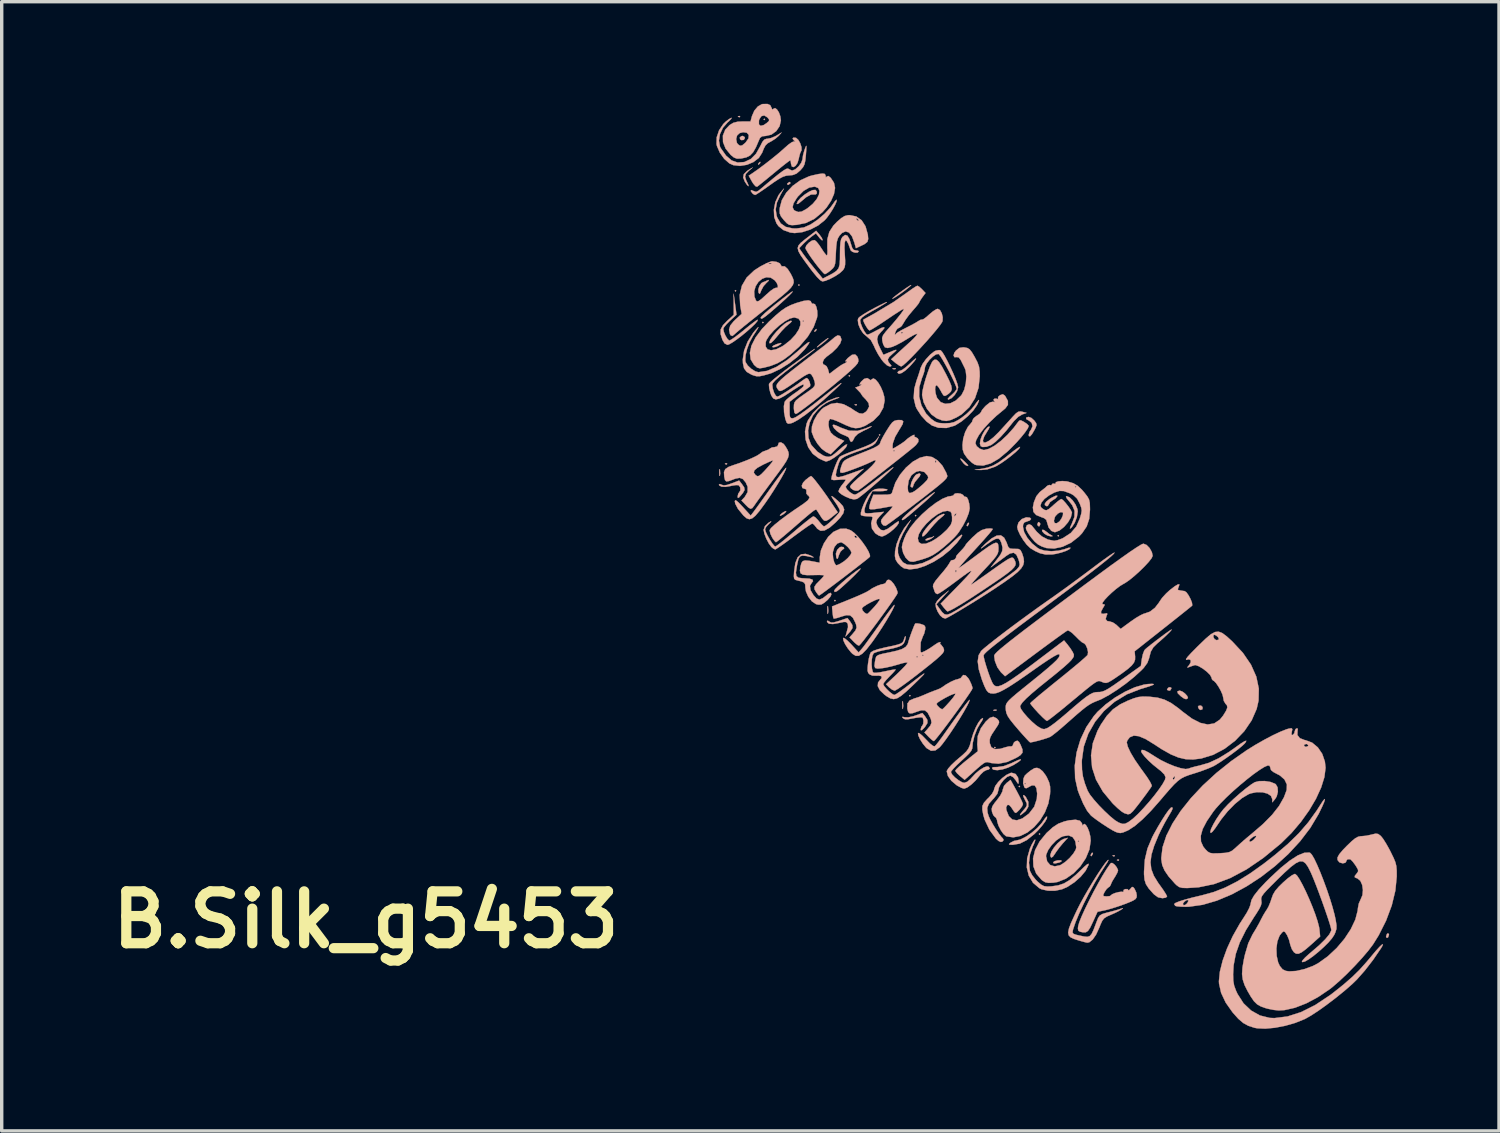
<source format=kicad_pcb>
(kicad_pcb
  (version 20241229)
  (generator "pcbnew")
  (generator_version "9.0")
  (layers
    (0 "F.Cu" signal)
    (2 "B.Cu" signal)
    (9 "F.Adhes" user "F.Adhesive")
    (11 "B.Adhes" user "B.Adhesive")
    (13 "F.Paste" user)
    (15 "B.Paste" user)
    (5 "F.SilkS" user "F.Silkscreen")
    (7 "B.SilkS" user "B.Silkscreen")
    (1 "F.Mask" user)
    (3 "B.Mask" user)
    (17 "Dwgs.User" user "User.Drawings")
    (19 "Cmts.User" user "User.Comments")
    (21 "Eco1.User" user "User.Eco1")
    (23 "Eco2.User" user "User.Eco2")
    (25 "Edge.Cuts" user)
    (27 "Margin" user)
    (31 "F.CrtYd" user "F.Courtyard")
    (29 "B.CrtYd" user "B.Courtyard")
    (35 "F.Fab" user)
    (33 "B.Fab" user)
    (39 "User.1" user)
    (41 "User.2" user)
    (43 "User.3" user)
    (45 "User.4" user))
  (footprint "B.Silk_g5453"
    (layer "F.Cu")
    (at 7.7 23.972)
    (property "Reference" "B.Silk_g5453" (at 0 0 0) (layer "F.SilkS") (effects (font (size 1.524 1.524) (thickness 0.3))))
    (attr through_hole)
    (fp_poly (pts (xy 10.88 -18.479) (xy 10.858 -18.457) (xy 10.837 -18.479) (xy 10.858 -18.5) (xy 10.88 -18.479)) (stroke (width 0.01) (type solid)) (fill yes) (layer "B.SilkS"))
    (fp_poly (pts (xy 11.684 -17.547) (xy 11.663 -17.526) (xy 11.642 -17.547) (xy 11.663 -17.568) (xy 11.684 -17.547)) (stroke (width 0.01) (type solid)) (fill yes) (layer "B.SilkS"))
    (fp_poly (pts (xy 11.726 -23.516) (xy 11.705 -23.495) (xy 11.684 -23.516) (xy 11.705 -23.537) (xy 11.726 -23.516)) (stroke (width 0.01) (type solid)) (fill yes) (layer "B.SilkS"))
    (fp_poly (pts (xy 12.742 -18.648) (xy 12.721 -18.627) (xy 12.7 -18.648) (xy 12.721 -18.669) (xy 12.742 -18.648)) (stroke (width 0.01) (type solid)) (fill yes) (layer "B.SilkS"))
    (fp_poly (pts (xy 13.801 -9.377) (xy 13.78 -9.356) (xy 13.758 -9.377) (xy 13.78 -9.398) (xy 13.801 -9.377)) (stroke (width 0.01) (type solid)) (fill yes) (layer "B.SilkS"))
    (fp_poly (pts (xy 14.224 -15.981) (xy 14.203 -15.96) (xy 14.182 -15.981) (xy 14.203 -16.002) (xy 14.224 -15.981)) (stroke (width 0.01) (type solid)) (fill yes) (layer "B.SilkS"))
    (fp_poly (pts (xy 15.113 -14.245) (xy 15.092 -14.224) (xy 15.071 -14.245) (xy 15.092 -14.266) (xy 15.113 -14.245)) (stroke (width 0.01) (type solid)) (fill yes) (layer "B.SilkS"))
    (fp_poly (pts (xy 16.002 -6.583) (xy 15.981 -6.562) (xy 15.96 -6.583) (xy 15.981 -6.604) (xy 16.002 -6.583)) (stroke (width 0.01) (type solid)) (fill yes) (layer "B.SilkS"))
    (fp_poly (pts (xy 16.171 -11.874) (xy 16.15 -11.853) (xy 16.129 -11.874) (xy 16.15 -11.896) (xy 16.171 -11.874)) (stroke (width 0.01) (type solid)) (fill yes) (layer "B.SilkS"))
    (fp_poly (pts (xy 18.5 -5.059) (xy 18.479 -5.038) (xy 18.457 -5.059) (xy 18.479 -5.08) (xy 18.5 -5.059)) (stroke (width 0.01) (type solid)) (fill yes) (layer "B.SilkS"))
    (fp_poly (pts (xy 19.219 -3.916) (xy 19.198 -3.895) (xy 19.177 -3.916) (xy 19.198 -3.937) (xy 19.219 -3.916)) (stroke (width 0.01) (type solid)) (fill yes) (layer "B.SilkS"))
    (fp_poly (pts (xy 19.812 -2.519) (xy 19.791 -2.498) (xy 19.77 -2.519) (xy 19.791 -2.54) (xy 19.812 -2.519)) (stroke (width 0.01) (type solid)) (fill yes) (layer "B.SilkS"))
    (fp_poly (pts (xy 20.362 -11.282) (xy 20.341 -11.261) (xy 20.32 -11.282) (xy 20.341 -11.303) (xy 20.362 -11.282)) (stroke (width 0.01) (type solid)) (fill yes) (layer "B.SilkS"))
    (fp_poly (pts (xy 10.612 -13.406) (xy 10.606 -13.38) (xy 10.583 -13.377) (xy 10.548 -13.393) (xy 10.555 -13.406) (xy 10.605 -13.411) (xy 10.612 -13.406)) (stroke (width 0.01) (type solid)) (fill yes) (layer "B.SilkS"))
    (fp_poly (pts (xy 10.993 -23.608) (xy 10.987 -23.583) (xy 10.964 -23.58) (xy 10.929 -23.595) (xy 10.936 -23.608) (xy 10.986 -23.613) (xy 10.993 -23.608)) (stroke (width 0.01) (type solid)) (fill yes) (layer "B.SilkS"))
    (fp_poly (pts (xy 14.422 -15.141) (xy 14.416 -15.116) (xy 14.393 -15.113) (xy 14.358 -15.128) (xy 14.365 -15.141) (xy 14.415 -15.146) (xy 14.422 -15.141)) (stroke (width 0.01) (type solid)) (fill yes) (layer "B.SilkS"))
    (fp_poly (pts (xy 15.567 -16.197) (xy 15.555 -16.178) (xy 15.512 -16.175) (xy 15.466 -16.185) (xy 15.486 -16.2) (xy 15.552 -16.205) (xy 15.567 -16.197)) (stroke (width 0.01) (type solid)) (fill yes) (layer "B.SilkS"))
    (fp_poly (pts (xy 18.531 -6.164) (xy 18.518 -6.145) (xy 18.475 -6.142) (xy 18.43 -6.152) (xy 18.449 -6.167) (xy 18.516 -6.172) (xy 18.531 -6.164)) (stroke (width 0.01) (type solid)) (fill yes) (layer "B.SilkS"))
    (fp_poly (pts (xy 21.999 -1.891) (xy 21.993 -1.866) (xy 21.971 -1.863) (xy 21.936 -1.878) (xy 21.943 -1.891) (xy 21.993 -1.896) (xy 21.999 -1.891)) (stroke (width 0.01) (type solid)) (fill yes) (layer "B.SilkS"))
    (fp_poly (pts (xy 22.126 -1.764) (xy 22.12 -1.739) (xy 22.098 -1.736) (xy 22.063 -1.751) (xy 22.07 -1.764) (xy 22.12 -1.769) (xy 22.126 -1.764)) (stroke (width 0.01) (type solid)) (fill yes) (layer "B.SilkS"))
    (fp_poly (pts (xy 17.719 -11.656) (xy 17.711 -11.623) (xy 17.677 -11.563) (xy 17.655 -11.573) (xy 17.653 -11.597) (xy 17.684 -11.654) (xy 17.695 -11.663) (xy 17.719 -11.656)) (stroke (width 0.01) (type solid)) (fill yes) (layer "B.SilkS"))
    (fp_poly (pts (xy 21.36 -1.961) (xy 21.352 -1.928) (xy 21.318 -1.869) (xy 21.296 -1.879) (xy 21.294 -1.903) (xy 21.324 -1.96) (xy 21.336 -1.968) (xy 21.36 -1.961)) (stroke (width 0.01) (type solid)) (fill yes) (layer "B.SilkS"))
    (fp_poly (pts (xy 10.402 -13.218) (xy 10.408 -13.108) (xy 10.401 -13.049) (xy 10.389 -13.039) (xy 10.383 -13.1) (xy 10.382 -13.145) (xy 10.387 -13.226) (xy 10.396 -13.239) (xy 10.402 -13.218)) (stroke (width 0.01) (type solid)) (fill yes) (layer "B.SilkS"))
    (fp_poly (pts (xy 11.127 -22.995) (xy 11.134 -22.966) (xy 11.102 -22.913) (xy 11.035 -22.905) (xy 10.994 -22.929) (xy 10.984 -22.981) (xy 11.032 -23.022) (xy 11.073 -23.029) (xy 11.127 -22.995)) (stroke (width 0.01) (type solid)) (fill yes) (layer "B.SilkS"))
    (fp_poly (pts (xy 11.586 -22.24) (xy 11.578 -22.225) (xy 11.538 -22.185) (xy 11.531 -22.183) (xy 11.528 -22.21) (xy 11.536 -22.225) (xy 11.576 -22.265) (xy 11.583 -22.267) (xy 11.586 -22.24)) (stroke (width 0.01) (type solid)) (fill yes) (layer "B.SilkS"))
    (fp_poly (pts (xy 12.474 -21.649) (xy 12.467 -21.632) (xy 12.411 -21.592) (xy 12.399 -21.59) (xy 12.376 -21.616) (xy 12.383 -21.632) (xy 12.439 -21.673) (xy 12.451 -21.675) (xy 12.474 -21.649)) (stroke (width 0.01) (type solid)) (fill yes) (layer "B.SilkS"))
    (fp_poly (pts (xy 13.237 -17.329) (xy 13.229 -17.314) (xy 13.189 -17.274) (xy 13.182 -17.272) (xy 13.179 -17.299) (xy 13.187 -17.314) (xy 13.227 -17.355) (xy 13.234 -17.357) (xy 13.237 -17.329)) (stroke (width 0.01) (type solid)) (fill yes) (layer "B.SilkS"))
    (fp_poly (pts (xy 13.577 -9.197) (xy 13.584 -9.074) (xy 13.577 -9.006) (xy 13.566 -8.986) (xy 13.559 -9.04) (xy 13.558 -9.102) (xy 13.561 -9.193) (xy 13.57 -9.218) (xy 13.577 -9.197)) (stroke (width 0.01) (type solid)) (fill yes) (layer "B.SilkS"))
    (fp_poly (pts (xy 15.778 -6.403) (xy 15.785 -6.28) (xy 15.778 -6.212) (xy 15.767 -6.192) (xy 15.761 -6.246) (xy 15.76 -6.308) (xy 15.763 -6.399) (xy 15.771 -6.424) (xy 15.778 -6.403)) (stroke (width 0.01) (type solid)) (fill yes) (layer "B.SilkS"))
    (fp_poly (pts (xy 19.807 -11.65) (xy 19.812 -11.62) (xy 19.789 -11.564) (xy 19.77 -11.557) (xy 19.732 -11.591) (xy 19.727 -11.62) (xy 19.75 -11.677) (xy 19.77 -11.684) (xy 19.807 -11.65)) (stroke (width 0.01) (type solid)) (fill yes) (layer "B.SilkS"))
    (fp_poly (pts (xy 23.655 -6.824) (xy 23.664 -6.793) (xy 23.63 -6.738) (xy 23.601 -6.731) (xy 23.544 -6.751) (xy 23.537 -6.769) (xy 23.571 -6.815) (xy 23.601 -6.831) (xy 23.655 -6.824)) (stroke (width 0.01) (type solid)) (fill yes) (layer "B.SilkS"))
    (fp_poly (pts (xy 24.58 -6.25) (xy 24.578 -6.191) (xy 24.568 -6.179) (xy 24.512 -6.163) (xy 24.473 -6.196) (xy 24.445 -6.257) (xy 24.47 -6.288) (xy 24.534 -6.293) (xy 24.58 -6.25)) (stroke (width 0.01) (type solid)) (fill yes) (layer "B.SilkS"))
    (fp_poly (pts (xy 30.051 0.411) (xy 30.057 0.44) (xy 30.032 0.513) (xy 30.014 0.529) (xy 29.978 0.52) (xy 29.972 0.492) (xy 29.997 0.419) (xy 30.014 0.402) (xy 30.051 0.411)) (stroke (width 0.01) (type solid)) (fill yes) (layer "B.SilkS"))
    (fp_poly (pts (xy 12.208 -16.939) (xy 12.185 -16.912) (xy 12.112 -16.862) (xy 12.026 -16.828) (xy 11.958 -16.819) (xy 11.938 -16.835) (xy 11.974 -16.869) (xy 12.064 -16.909) (xy 12.09 -16.918) (xy 12.183 -16.944) (xy 12.208 -16.939)) (stroke (width 0.01) (type solid)) (fill yes) (layer "B.SilkS"))
    (fp_poly (pts (xy 12.343 -11.985) (xy 12.343 -11.985) (xy 12.285 -11.929) (xy 12.227 -11.892) (xy 12.166 -11.866) (xy 12.168 -11.891) (xy 12.168 -11.891) (xy 12.226 -11.947) (xy 12.284 -11.984) (xy 12.345 -12.01) (xy 12.343 -11.985)) (stroke (width 0.01) (type solid)) (fill yes) (layer "B.SilkS"))
    (fp_poly (pts (xy 17.494 -13.542) (xy 17.562 -13.486) (xy 17.643 -13.407) (xy 17.691 -13.356) (xy 17.695 -13.348) (xy 17.669 -13.333) (xy 17.611 -13.362) (xy 17.56 -13.409) (xy 17.486 -13.504) (xy 17.464 -13.55) (xy 17.494 -13.542)) (stroke (width 0.01) (type solid)) (fill yes) (layer "B.SilkS"))
    (fp_poly (pts (xy 20.444 -1.725) (xy 20.396 -1.692) (xy 20.352 -1.678) (xy 20.247 -1.655) (xy 20.201 -1.662) (xy 20.193 -1.689) (xy 20.23 -1.72) (xy 20.318 -1.744) (xy 20.32 -1.745) (xy 20.417 -1.747) (xy 20.444 -1.725)) (stroke (width 0.01) (type solid)) (fill yes) (layer "B.SilkS"))
    (fp_poly (pts (xy 16.669 -11.244) (xy 16.607 -11.196) (xy 16.53 -11.16) (xy 16.465 -11.144) (xy 16.438 -11.157) (xy 16.444 -11.171) (xy 16.507 -11.212) (xy 16.546 -11.218) (xy 16.64 -11.241) (xy 16.671 -11.261) (xy 16.694 -11.275) (xy 16.669 -11.244)) (stroke (width 0.01) (type solid)) (fill yes) (layer "B.SilkS"))
    (fp_poly (pts (xy 13.559 -17.053) (xy 13.481 -16.984) (xy 13.42 -16.933) (xy 13.324 -16.862) (xy 13.263 -16.822) (xy 13.25 -16.82) (xy 13.281 -16.856) (xy 13.358 -16.925) (xy 13.42 -16.976) (xy 13.515 -17.047) (xy 13.576 -17.087) (xy 13.589 -17.089) (xy 13.559 -17.053)) (stroke (width 0.01) (type solid)) (fill yes) (layer "B.SilkS"))
    (fp_poly (pts (xy 19.915 -11.452) (xy 19.99 -11.402) (xy 19.992 -11.4) (xy 20.082 -11.33) (xy 20.151 -11.291) (xy 20.176 -11.272) (xy 20.124 -11.264) (xy 20.025 -11.288) (xy 19.933 -11.342) (xy 19.873 -11.407) (xy 19.864 -11.454) (xy 19.865 -11.455) (xy 19.915 -11.452)) (stroke (width 0.01) (type solid)) (fill yes) (layer "B.SilkS"))
    (fp_poly (pts (xy 23.983 -6.706) (xy 24.063 -6.648) (xy 24.127 -6.578) (xy 24.151 -6.52) (xy 24.144 -6.506) (xy 24.098 -6.48) (xy 24.035 -6.501) (xy 23.945 -6.565) (xy 23.856 -6.65) (xy 23.84 -6.707) (xy 23.898 -6.731) (xy 23.911 -6.731) (xy 23.983 -6.706)) (stroke (width 0.01) (type solid)) (fill yes) (layer "B.SilkS"))
    (fp_poly (pts (xy 14.037 -10.948) (xy 14.051 -10.908) (xy 13.993 -10.865) (xy 13.94 -10.811) (xy 13.895 -10.711) (xy 13.892 -10.702) (xy 13.864 -10.615) (xy 13.842 -10.603) (xy 13.821 -10.641) (xy 13.808 -10.755) (xy 13.846 -10.867) (xy 13.92 -10.943) (xy 13.96 -10.957) (xy 14.037 -10.948)) (stroke (width 0.01) (type solid)) (fill yes) (layer "B.SilkS"))
    (fp_poly (pts (xy 11.25 -22.004) (xy 11.164 -21.915) (xy 11.139 -21.832) (xy 11.173 -21.724) (xy 11.198 -21.673) (xy 11.24 -21.579) (xy 11.237 -21.551) (xy 11.198 -21.589) (xy 11.135 -21.682) (xy 11.084 -21.806) (xy 11.104 -21.906) (xy 11.2 -22) (xy 11.248 -22.031) (xy 11.367 -22.103) (xy 11.25 -22.004)) (stroke (width 0.01) (type solid)) (fill yes) (layer "B.SilkS"))
    (fp_poly (pts (xy 20.312 -12.442) (xy 20.262 -12.381) (xy 20.179 -12.327) (xy 20.098 -12.269) (xy 20.066 -12.211) (xy 20.032 -12.157) (xy 19.999 -12.15) (xy 19.949 -12.181) (xy 19.947 -12.223) (xy 19.99 -12.285) (xy 20.084 -12.361) (xy 20.146 -12.399) (xy 20.261 -12.455) (xy 20.311 -12.46) (xy 20.312 -12.442)) (stroke (width 0.01) (type solid)) (fill yes) (layer "B.SilkS"))
    (fp_poly (pts (xy 20.477 -2.248) (xy 20.373 -2.123) (xy 20.28 -1.996) (xy 20.254 -1.955) (xy 20.182 -1.852) (xy 20.132 -1.825) (xy 20.109 -1.875) (xy 20.108 -1.902) (xy 20.139 -2.001) (xy 20.217 -2.124) (xy 20.321 -2.245) (xy 20.429 -2.338) (xy 20.502 -2.375) (xy 20.621 -2.407) (xy 20.477 -2.248)) (stroke (width 0.01) (type solid)) (fill yes) (layer "B.SilkS"))
    (fp_poly (pts (xy 16.02 -18.642) (xy 15.965 -18.591) (xy 15.96 -18.586) (xy 15.846 -18.495) (xy 15.718 -18.401) (xy 15.598 -18.318) (xy 15.507 -18.262) (xy 15.467 -18.246) (xy 15.483 -18.268) (xy 15.553 -18.327) (xy 15.664 -18.411) (xy 15.687 -18.428) (xy 15.84 -18.537) (xy 15.95 -18.611) (xy 16.013 -18.647) (xy 16.02 -18.642)) (stroke (width 0.01) (type solid)) (fill yes) (layer "B.SilkS"))
    (fp_poly (pts (xy 16.295 -13.09) (xy 16.267 -13.024) (xy 16.21 -12.957) (xy 16.132 -12.863) (xy 16.089 -12.783) (xy 16.087 -12.767) (xy 16.065 -12.708) (xy 16.044 -12.7) (xy 16.003 -12.728) (xy 16.002 -12.736) (xy 16.024 -12.844) (xy 16.079 -12.964) (xy 16.145 -13.059) (xy 16.177 -13.084) (xy 16.264 -13.114) (xy 16.295 -13.09)) (stroke (width 0.01) (type solid)) (fill yes) (layer "B.SilkS"))
    (fp_poly (pts (xy 16.163 -16.481) (xy 16.119 -16.418) (xy 16.02 -16.303) (xy 15.975 -16.254) (xy 15.852 -16.139) (xy 15.744 -16.065) (xy 15.663 -16.04) (xy 15.623 -16.068) (xy 15.621 -16.087) (xy 15.656 -16.123) (xy 15.694 -16.129) (xy 15.759 -16.157) (xy 15.86 -16.231) (xy 15.969 -16.328) (xy 16.088 -16.44) (xy 16.153 -16.49) (xy 16.163 -16.481)) (stroke (width 0.01) (type solid)) (fill yes) (layer "B.SilkS"))
    (fp_poly (pts (xy 11.832 -18.773) (xy 11.779 -18.721) (xy 11.77 -18.714) (xy 11.682 -18.616) (xy 11.616 -18.493) (xy 11.616 -18.493) (xy 11.581 -18.405) (xy 11.557 -18.391) (xy 11.534 -18.432) (xy 11.529 -18.52) (xy 11.562 -18.623) (xy 11.618 -18.704) (xy 11.672 -18.733) (xy 11.743 -18.758) (xy 11.751 -18.764) (xy 11.82 -18.795) (xy 11.829 -18.795) (xy 11.832 -18.773)) (stroke (width 0.01) (type solid)) (fill yes) (layer "B.SilkS"))
    (fp_poly (pts (xy 12.514 -17.59) (xy 12.478 -17.542) (xy 12.415 -17.492) (xy 12.327 -17.415) (xy 12.213 -17.296) (xy 12.107 -17.17) (xy 11.983 -17.024) (xy 11.902 -16.947) (xy 11.861 -16.938) (xy 11.853 -16.966) (xy 11.883 -17.045) (xy 11.961 -17.159) (xy 12.069 -17.287) (xy 12.191 -17.411) (xy 12.309 -17.511) (xy 12.376 -17.554) (xy 12.478 -17.597) (xy 12.514 -17.59)) (stroke (width 0.01) (type solid)) (fill yes) (layer "B.SilkS"))
    (fp_poly (pts (xy 13.212 -21.44) (xy 13.25 -21.386) (xy 13.243 -21.329) (xy 13.2 -21.306) (xy 13.184 -21.31) (xy 13.075 -21.307) (xy 12.932 -21.227) (xy 12.795 -21.111) (xy 12.713 -21.044) (xy 12.664 -21.026) (xy 12.658 -21.037) (xy 12.691 -21.115) (xy 12.775 -21.21) (xy 12.89 -21.305) (xy 13.014 -21.386) (xy 13.126 -21.437) (xy 13.205 -21.443) (xy 13.212 -21.44)) (stroke (width 0.01) (type solid)) (fill yes) (layer "B.SilkS"))
    (fp_poly (pts (xy 17.001 -11.917) (xy 16.965 -11.869) (xy 16.903 -11.819) (xy 16.814 -11.742) (xy 16.701 -11.623) (xy 16.594 -11.497) (xy 16.471 -11.351) (xy 16.39 -11.274) (xy 16.348 -11.265) (xy 16.341 -11.294) (xy 16.37 -11.373) (xy 16.448 -11.486) (xy 16.557 -11.615) (xy 16.678 -11.738) (xy 16.796 -11.838) (xy 16.863 -11.881) (xy 16.965 -11.924) (xy 17.001 -11.917)) (stroke (width 0.01) (type solid)) (fill yes) (layer "B.SilkS"))
    (fp_poly (pts (xy 19.24 -4.695) (xy 19.173 -4.639) (xy 19.035 -4.552) (xy 19.028 -4.548) (xy 18.865 -4.47) (xy 18.699 -4.417) (xy 18.551 -4.395) (xy 18.443 -4.407) (xy 18.41 -4.429) (xy 18.395 -4.465) (xy 18.435 -4.483) (xy 18.545 -4.487) (xy 18.553 -4.487) (xy 18.74 -4.514) (xy 18.961 -4.598) (xy 19.023 -4.628) (xy 19.165 -4.693) (xy 19.237 -4.714) (xy 19.24 -4.695)) (stroke (width 0.01) (type solid)) (fill yes) (layer "B.SilkS"))
    (fp_poly (pts (xy 19.346 -3.651) (xy 19.39 -3.604) (xy 19.462 -3.464) (xy 19.46 -3.32) (xy 19.386 -3.196) (xy 19.378 -3.189) (xy 19.274 -3.102) (xy 19.22 -3.07) (xy 19.22 -3.093) (xy 19.278 -3.172) (xy 19.293 -3.189) (xy 19.381 -3.293) (xy 19.419 -3.362) (xy 19.414 -3.423) (xy 19.373 -3.504) (xy 19.367 -3.514) (xy 19.318 -3.616) (xy 19.311 -3.664) (xy 19.346 -3.651)) (stroke (width 0.01) (type solid)) (fill yes) (layer "B.SilkS"))
    (fp_poly (pts (xy 12.521 -18.431) (xy 12.454 -18.36) (xy 12.342 -18.252) (xy 12.189 -18.112) (xy 12.045 -17.985) (xy 11.867 -17.831) (xy 11.742 -17.729) (xy 11.661 -17.673) (xy 11.617 -17.658) (xy 11.6 -17.679) (xy 11.599 -17.693) (xy 11.632 -17.736) (xy 11.722 -17.822) (xy 11.861 -17.941) (xy 12.038 -18.087) (xy 12.244 -18.249) (xy 12.404 -18.372) (xy 12.5 -18.442) (xy 12.538 -18.46) (xy 12.521 -18.431)) (stroke (width 0.01) (type solid)) (fill yes) (layer "B.SilkS"))
    (fp_poly (pts (xy 14.525 -10.301) (xy 14.469 -10.237) (xy 14.376 -10.141) (xy 14.26 -10.028) (xy 14.136 -9.911) (xy 14.016 -9.801) (xy 13.914 -9.711) (xy 13.843 -9.656) (xy 13.832 -9.649) (xy 13.773 -9.63) (xy 13.758 -9.669) (xy 13.789 -9.716) (xy 13.872 -9.8) (xy 13.99 -9.907) (xy 14.127 -10.025) (xy 14.267 -10.139) (xy 14.394 -10.235) (xy 14.491 -10.301) (xy 14.533 -10.321) (xy 14.525 -10.301)) (stroke (width 0.01) (type solid)) (fill yes) (layer "B.SilkS"))
    (fp_poly (pts (xy 20.673 -12.41) (xy 20.767 -12.318) (xy 20.85 -12.195) (xy 20.903 -12.066) (xy 20.913 -11.996) (xy 20.888 -11.831) (xy 20.825 -11.664) (xy 20.74 -11.533) (xy 20.712 -11.506) (xy 20.683 -11.494) (xy 20.697 -11.546) (xy 20.737 -11.63) (xy 20.816 -11.836) (xy 20.821 -12.014) (xy 20.751 -12.18) (xy 20.675 -12.277) (xy 20.589 -12.383) (xy 20.568 -12.438) (xy 20.586 -12.446) (xy 20.673 -12.41)) (stroke (width 0.01) (type solid)) (fill yes) (layer "B.SilkS"))
    (fp_poly (pts (xy 16.697 -12.536) (xy 16.619 -12.459) (xy 16.479 -12.331) (xy 16.288 -12.163) (xy 16.09 -11.991) (xy 15.947 -11.869) (xy 15.849 -11.791) (xy 15.79 -11.751) (xy 15.759 -11.742) (xy 15.748 -11.757) (xy 15.748 -11.766) (xy 15.779 -11.81) (xy 15.865 -11.894) (xy 15.992 -12.007) (xy 16.147 -12.138) (xy 16.317 -12.276) (xy 16.489 -12.409) (xy 16.553 -12.457) (xy 16.665 -12.536) (xy 16.713 -12.562) (xy 16.697 -12.536)) (stroke (width 0.01) (type solid)) (fill yes) (layer "B.SilkS"))
    (fp_poly (pts (xy 19.219 -13.89) (xy 19.187 -13.836) (xy 19.099 -13.749) (xy 18.975 -13.644) (xy 18.83 -13.532) (xy 18.681 -13.427) (xy 18.545 -13.342) (xy 18.479 -13.308) (xy 18.257 -13.233) (xy 18.076 -13.214) (xy 17.886 -13.219) (xy 18.099 -13.25) (xy 18.268 -13.285) (xy 18.423 -13.343) (xy 18.585 -13.434) (xy 18.773 -13.57) (xy 18.912 -13.682) (xy 19.044 -13.786) (xy 19.148 -13.859) (xy 19.209 -13.892) (xy 19.219 -13.89)) (stroke (width 0.01) (type solid)) (fill yes) (layer "B.SilkS"))
    (fp_poly (pts (xy 19.552 -14.743) (xy 19.636 -14.667) (xy 19.638 -14.664) (xy 19.69 -14.592) (xy 19.703 -14.535) (xy 19.676 -14.459) (xy 19.642 -14.392) (xy 19.569 -14.267) (xy 19.513 -14.204) (xy 19.479 -14.21) (xy 19.473 -14.25) (xy 19.5 -14.339) (xy 19.541 -14.398) (xy 19.585 -14.498) (xy 19.561 -14.599) (xy 19.479 -14.667) (xy 19.471 -14.669) (xy 19.4 -14.711) (xy 19.399 -14.754) (xy 19.469 -14.774) (xy 19.47 -14.774) (xy 19.552 -14.743)) (stroke (width 0.01) (type solid)) (fill yes) (layer "B.SilkS"))
    (fp_poly (pts (xy 20.012 -3.031) (xy 20.008 -2.98) (xy 19.956 -2.885) (xy 19.865 -2.763) (xy 19.75 -2.63) (xy 19.642 -2.522) (xy 19.418 -2.342) (xy 19.209 -2.237) (xy 19.006 -2.203) (xy 18.998 -2.203) (xy 18.908 -2.207) (xy 18.893 -2.224) (xy 18.941 -2.265) (xy 18.942 -2.266) (xy 19.039 -2.316) (xy 19.103 -2.328) (xy 19.231 -2.359) (xy 19.392 -2.441) (xy 19.563 -2.558) (xy 19.725 -2.697) (xy 19.856 -2.842) (xy 19.898 -2.902) (xy 19.96 -2.99) (xy 20.004 -3.032) (xy 20.012 -3.031)) (stroke (width 0.01) (type solid)) (fill yes) (layer "B.SilkS"))
    (fp_poly (pts (xy 14.227 -8.761) (xy 14.292 -8.657) (xy 14.296 -8.573) (xy 14.235 -8.478) (xy 14.199 -8.437) (xy 14.09 -8.319) (xy 14.118 -8.424) (xy 14.146 -8.531) (xy 14.164 -8.594) (xy 14.159 -8.684) (xy 14.145 -8.715) (xy 14.108 -8.747) (xy 14.042 -8.75) (xy 13.924 -8.726) (xy 13.896 -8.719) (xy 13.72 -8.688) (xy 13.602 -8.699) (xy 13.549 -8.749) (xy 13.547 -8.767) (xy 13.566 -8.79) (xy 13.613 -8.76) (xy 13.666 -8.733) (xy 13.74 -8.735) (xy 13.861 -8.767) (xy 13.914 -8.785) (xy 14.148 -8.864) (xy 14.227 -8.761)) (stroke (width 0.01) (type solid)) (fill yes) (layer "B.SilkS"))
    (fp_poly (pts (xy 13.771 -14.537) (xy 13.867 -14.499) (xy 13.95 -14.459) (xy 14.196 -14.369) (xy 14.443 -14.363) (xy 14.679 -14.435) (xy 14.784 -14.478) (xy 14.849 -14.497) (xy 14.859 -14.495) (xy 14.824 -14.468) (xy 14.731 -14.419) (xy 14.625 -14.37) (xy 14.455 -14.277) (xy 14.362 -14.185) (xy 14.353 -14.165) (xy 14.301 -14.066) (xy 14.254 -14.037) (xy 14.221 -14.081) (xy 14.216 -14.103) (xy 14.176 -14.179) (xy 14.07 -14.232) (xy 14.038 -14.242) (xy 13.934 -14.289) (xy 13.833 -14.362) (xy 13.754 -14.442) (xy 13.716 -14.512) (xy 13.724 -14.542) (xy 13.771 -14.537)) (stroke (width 0.01) (type solid)) (fill yes) (layer "B.SilkS"))
    (fp_poly (pts (xy 11.049 -12.796) (xy 11.114 -12.701) (xy 11.125 -12.627) (xy 11.078 -12.543) (xy 11.028 -12.481) (xy 10.96 -12.405) (xy 10.929 -12.392) (xy 10.922 -12.436) (xy 10.922 -12.44) (xy 10.941 -12.523) (xy 10.964 -12.552) (xy 11.002 -12.616) (xy 10.998 -12.703) (xy 10.955 -12.764) (xy 10.948 -12.768) (xy 10.872 -12.771) (xy 10.755 -12.753) (xy 10.713 -12.743) (xy 10.565 -12.718) (xy 10.448 -12.725) (xy 10.38 -12.762) (xy 10.372 -12.788) (xy 10.4 -12.802) (xy 10.446 -12.781) (xy 10.515 -12.761) (xy 10.615 -12.776) (xy 10.742 -12.819) (xy 10.965 -12.904) (xy 11.049 -12.796)) (stroke (width 0.01) (type solid)) (fill yes) (layer "B.SilkS"))
    (fp_poly (pts (xy 16.43 -5.974) (xy 16.496 -5.87) (xy 16.497 -5.779) (xy 16.431 -5.674) (xy 16.406 -5.643) (xy 16.336 -5.573) (xy 16.305 -5.568) (xy 16.3 -5.596) (xy 16.321 -5.673) (xy 16.341 -5.694) (xy 16.374 -5.754) (xy 16.381 -5.847) (xy 16.363 -5.926) (xy 16.346 -5.944) (xy 16.288 -5.949) (xy 16.175 -5.936) (xy 16.071 -5.917) (xy 15.926 -5.891) (xy 15.839 -5.891) (xy 15.787 -5.916) (xy 15.78 -5.923) (xy 15.754 -5.96) (xy 15.794 -5.958) (xy 15.824 -5.949) (xy 15.931 -5.946) (xy 16.083 -5.979) (xy 16.135 -5.997) (xy 16.349 -6.073) (xy 16.43 -5.974)) (stroke (width 0.01) (type solid)) (fill yes) (layer "B.SilkS"))
    (fp_poly (pts (xy 12.337 -13.233) (xy 12.288 -13.131) (xy 12.207 -12.984) (xy 12.102 -12.808) (xy 11.981 -12.614) (xy 11.852 -12.416) (xy 11.723 -12.229) (xy 11.568 -12.018) (xy 11.446 -11.874) (xy 11.348 -11.793) (xy 11.265 -11.768) (xy 11.185 -11.795) (xy 11.1 -11.869) (xy 11.085 -11.885) (xy 10.931 -12.073) (xy 10.851 -12.225) (xy 10.838 -12.297) (xy 10.851 -12.326) (xy 10.894 -12.307) (xy 10.976 -12.231) (xy 11.072 -12.129) (xy 11.305 -11.874) (xy 11.387 -11.98) (xy 11.438 -12.049) (xy 11.528 -12.173) (xy 11.647 -12.339) (xy 11.786 -12.532) (xy 11.899 -12.691) (xy 12.039 -12.886) (xy 12.162 -13.053) (xy 12.26 -13.181) (xy 12.324 -13.259) (xy 12.347 -13.279) (xy 12.337 -13.233)) (stroke (width 0.01) (type solid)) (fill yes) (layer "B.SilkS"))
    (fp_poly (pts (xy 15.519 -9.205) (xy 15.471 -9.102) (xy 15.391 -8.957) (xy 15.288 -8.783) (xy 15.17 -8.594) (xy 15.045 -8.403) (xy 14.922 -8.225) (xy 14.859 -8.138) (xy 14.706 -7.943) (xy 14.583 -7.817) (xy 14.482 -7.756) (xy 14.391 -7.755) (xy 14.301 -7.809) (xy 14.252 -7.857) (xy 14.158 -7.974) (xy 14.08 -8.096) (xy 14.03 -8.203) (xy 14.02 -8.273) (xy 14.025 -8.282) (xy 14.066 -8.268) (xy 14.146 -8.203) (xy 14.249 -8.101) (xy 14.266 -8.083) (xy 14.476 -7.853) (xy 14.572 -7.964) (xy 14.629 -8.035) (xy 14.723 -8.162) (xy 14.844 -8.329) (xy 14.984 -8.524) (xy 15.089 -8.672) (xy 15.227 -8.866) (xy 15.348 -9.031) (xy 15.444 -9.157) (xy 15.507 -9.233) (xy 15.528 -9.251) (xy 15.519 -9.205)) (stroke (width 0.01) (type solid)) (fill yes) (layer "B.SilkS"))
    (fp_poly (pts (xy 17.738 -6.46) (xy 17.715 -6.388) (xy 17.651 -6.262) (xy 17.557 -6.095) (xy 17.441 -5.903) (xy 17.312 -5.7) (xy 17.179 -5.499) (xy 17.052 -5.317) (xy 16.94 -5.166) (xy 16.858 -5.069) (xy 16.73 -4.975) (xy 16.603 -4.965) (xy 16.478 -5.039) (xy 16.451 -5.066) (xy 16.358 -5.181) (xy 16.281 -5.303) (xy 16.232 -5.41) (xy 16.221 -5.479) (xy 16.227 -5.488) (xy 16.267 -5.474) (xy 16.346 -5.409) (xy 16.447 -5.306) (xy 16.46 -5.292) (xy 16.572 -5.177) (xy 16.661 -5.108) (xy 16.711 -5.095) (xy 16.754 -5.14) (xy 16.832 -5.239) (xy 16.935 -5.378) (xy 17.032 -5.515) (xy 17.205 -5.76) (xy 17.364 -5.981) (xy 17.503 -6.171) (xy 17.615 -6.32) (xy 17.694 -6.419) (xy 17.734 -6.461) (xy 17.738 -6.46)) (stroke (width 0.01) (type solid)) (fill yes) (layer "B.SilkS"))
    (fp_poly (pts (xy 10.846 -18.085) (xy 10.888 -17.777) (xy 10.693 -17.596) (xy 10.591 -17.493) (xy 10.521 -17.407) (xy 10.499 -17.363) (xy 10.517 -17.269) (xy 10.563 -17.161) (xy 10.62 -17.067) (xy 10.671 -17.019) (xy 10.68 -17.018) (xy 10.734 -17.044) (xy 10.837 -17.114) (xy 10.973 -17.217) (xy 11.115 -17.332) (xy 11.265 -17.454) (xy 11.39 -17.55) (xy 11.476 -17.612) (xy 11.511 -17.628) (xy 11.499 -17.586) (xy 11.432 -17.506) (xy 11.324 -17.401) (xy 11.189 -17.282) (xy 11.042 -17.161) (xy 10.896 -17.05) (xy 10.767 -16.961) (xy 10.667 -16.904) (xy 10.621 -16.891) (xy 10.538 -16.933) (xy 10.475 -17.038) (xy 10.421 -17.208) (xy 10.424 -17.343) (xy 10.491 -17.468) (xy 10.611 -17.593) (xy 10.808 -17.774) (xy 10.806 -18.084) (xy 10.804 -18.394) (xy 10.846 -18.085)) (stroke (width 0.01) (type solid)) (fill yes) (layer "B.SilkS"))
    (fp_poly (pts (xy 19.286 -14.924) (xy 19.41 -14.891) (xy 19.275 -14.843) (xy 19.165 -14.776) (xy 19.041 -14.655) (xy 18.983 -14.584) (xy 18.818 -14.376) (xy 18.652 -14.191) (xy 18.5 -14.044) (xy 18.376 -13.952) (xy 18.364 -13.945) (xy 18.231 -13.896) (xy 18.117 -13.889) (xy 18.062 -13.914) (xy 18.039 -13.991) (xy 18.057 -14.109) (xy 18.108 -14.244) (xy 18.18 -14.371) (xy 18.262 -14.465) (xy 18.31 -14.494) (xy 18.324 -14.478) (xy 18.293 -14.41) (xy 18.266 -14.367) (xy 18.166 -14.2) (xy 18.127 -14.086) (xy 18.14 -14.026) (xy 18.201 -14.02) (xy 18.302 -14.069) (xy 18.436 -14.173) (xy 18.599 -14.333) (xy 18.608 -14.343) (xy 18.745 -14.493) (xy 18.887 -14.649) (xy 18.996 -14.77) (xy 19.096 -14.875) (xy 19.166 -14.925) (xy 19.233 -14.935) (xy 19.286 -14.924)) (stroke (width 0.01) (type solid)) (fill yes) (layer "B.SilkS"))
    (fp_poly (pts (xy 26.575 -4.049) (xy 26.706 -3.998) (xy 26.732 -3.981) (xy 26.784 -3.889) (xy 26.793 -3.759) (xy 26.759 -3.625) (xy 26.714 -3.55) (xy 26.63 -3.45) (xy 26.629 -3.544) (xy 26.59 -3.639) (xy 26.488 -3.707) (xy 26.343 -3.745) (xy 26.174 -3.749) (xy 25.999 -3.714) (xy 25.932 -3.689) (xy 25.74 -3.575) (xy 25.53 -3.403) (xy 25.321 -3.19) (xy 25.133 -2.955) (xy 25.075 -2.87) (xy 24.954 -2.692) (xy 24.871 -2.586) (xy 24.823 -2.55) (xy 24.807 -2.581) (xy 24.831 -2.669) (xy 24.896 -2.802) (xy 24.987 -2.959) (xy 25.095 -3.119) (xy 25.195 -3.249) (xy 25.323 -3.386) (xy 25.487 -3.544) (xy 25.669 -3.705) (xy 25.849 -3.854) (xy 26.007 -3.973) (xy 26.115 -4.041) (xy 26.243 -4.073) (xy 26.408 -4.075) (xy 26.575 -4.049)) (stroke (width 0.01) (type solid)) (fill yes) (layer "B.SilkS"))
    (fp_poly (pts (xy 12.177 -21.294) (xy 12.074 -21.068) (xy 12.039 -20.87) (xy 12.067 -20.682) (xy 12.088 -20.623) (xy 12.187 -20.459) (xy 12.333 -20.357) (xy 12.535 -20.312) (xy 12.648 -20.309) (xy 12.867 -20.339) (xy 13.069 -20.429) (xy 13.279 -20.572) (xy 13.48 -20.745) (xy 13.646 -20.923) (xy 13.721 -21.026) (xy 13.781 -21.112) (xy 13.823 -21.152) (xy 13.83 -21.152) (xy 13.826 -21.101) (xy 13.784 -21.003) (xy 13.715 -20.876) (xy 13.629 -20.742) (xy 13.54 -20.621) (xy 13.476 -20.549) (xy 13.285 -20.397) (xy 13.059 -20.279) (xy 12.821 -20.202) (xy 12.597 -20.175) (xy 12.467 -20.19) (xy 12.266 -20.263) (xy 12.123 -20.377) (xy 12.063 -20.46) (xy 11.996 -20.644) (xy 11.986 -20.86) (xy 12.029 -21.084) (xy 12.123 -21.287) (xy 12.179 -21.363) (xy 12.282 -21.484) (xy 12.177 -21.294)) (stroke (width 0.01) (type solid)) (fill yes) (layer "B.SilkS"))
    (fp_poly (pts (xy 15.936 -11.62) (xy 15.778 -11.344) (xy 15.677 -11.118) (xy 15.63 -10.93) (xy 15.633 -10.77) (xy 15.68 -10.634) (xy 15.776 -10.502) (xy 15.903 -10.434) (xy 16.079 -10.423) (xy 16.133 -10.428) (xy 16.356 -10.479) (xy 16.589 -10.584) (xy 16.84 -10.748) (xy 17.118 -10.977) (xy 17.304 -11.15) (xy 17.43 -11.263) (xy 17.502 -11.312) (xy 17.519 -11.298) (xy 17.479 -11.224) (xy 17.38 -11.094) (xy 17.363 -11.072) (xy 17.16 -10.861) (xy 16.928 -10.673) (xy 16.679 -10.516) (xy 16.428 -10.396) (xy 16.19 -10.319) (xy 15.978 -10.294) (xy 15.807 -10.326) (xy 15.719 -10.386) (xy 15.628 -10.478) (xy 15.623 -10.485) (xy 15.564 -10.579) (xy 15.542 -10.684) (xy 15.546 -10.822) (xy 15.591 -11.037) (xy 15.684 -11.274) (xy 15.809 -11.497) (xy 15.903 -11.62) (xy 16.014 -11.748) (xy 15.936 -11.62)) (stroke (width 0.01) (type solid)) (fill yes) (layer "B.SilkS"))
    (fp_poly (pts (xy 19.508 -11.813) (xy 19.543 -11.776) (xy 19.505 -11.731) (xy 19.433 -11.706) (xy 19.342 -11.673) (xy 19.308 -11.609) (xy 19.304 -11.542) (xy 19.339 -11.388) (xy 19.433 -11.219) (xy 19.569 -11.058) (xy 19.73 -10.926) (xy 19.791 -10.89) (xy 19.942 -10.844) (xy 20.138 -10.828) (xy 20.344 -10.843) (xy 20.526 -10.887) (xy 20.543 -10.894) (xy 20.641 -10.927) (xy 20.696 -10.931) (xy 20.701 -10.924) (xy 20.663 -10.883) (xy 20.564 -10.835) (xy 20.426 -10.788) (xy 20.272 -10.75) (xy 20.165 -10.733) (xy 19.967 -10.732) (xy 19.807 -10.767) (xy 19.662 -10.833) (xy 19.524 -10.916) (xy 19.52 -10.919) (xy 19.419 -11.015) (xy 19.314 -11.153) (xy 19.221 -11.306) (xy 19.156 -11.448) (xy 19.135 -11.542) (xy 19.172 -11.67) (xy 19.269 -11.772) (xy 19.397 -11.822) (xy 19.405 -11.823) (xy 19.508 -11.813)) (stroke (width 0.01) (type solid)) (fill yes) (layer "B.SilkS"))
    (fp_poly (pts (xy 23.698 -3.294) (xy 23.698 -3.259) (xy 23.664 -3.185) (xy 23.589 -3.057) (xy 23.56 -3.009) (xy 23.463 -2.838) (xy 23.359 -2.637) (xy 23.285 -2.481) (xy 23.157 -2.17) (xy 23.078 -1.911) (xy 23.051 -1.689) (xy 23.074 -1.488) (xy 23.149 -1.291) (xy 23.276 -1.085) (xy 23.319 -1.025) (xy 23.418 -0.887) (xy 23.493 -0.771) (xy 23.534 -0.696) (xy 23.537 -0.683) (xy 23.5 -0.65) (xy 23.41 -0.635) (xy 23.397 -0.635) (xy 23.273 -0.66) (xy 23.157 -0.744) (xy 23.129 -0.773) (xy 22.997 -0.922) (xy 22.917 -1.046) (xy 22.876 -1.173) (xy 22.861 -1.333) (xy 22.861 -1.417) (xy 22.885 -1.768) (xy 22.962 -2.093) (xy 23.101 -2.422) (xy 23.15 -2.517) (xy 23.273 -2.737) (xy 23.393 -2.937) (xy 23.501 -3.105) (xy 23.59 -3.228) (xy 23.652 -3.294) (xy 23.668 -3.302) (xy 23.698 -3.294)) (stroke (width 0.01) (type solid)) (fill yes) (layer "B.SilkS"))
    (fp_poly (pts (xy 19.663 -2.328) (xy 19.629 -2.233) (xy 19.593 -2.156) (xy 19.511 -1.921) (xy 19.48 -1.678) (xy 19.504 -1.458) (xy 19.513 -1.426) (xy 19.574 -1.309) (xy 19.675 -1.181) (xy 19.735 -1.12) (xy 19.84 -1.031) (xy 19.925 -0.987) (xy 20.025 -0.976) (xy 20.145 -0.982) (xy 20.339 -1.01) (xy 20.508 -1.067) (xy 20.673 -1.165) (xy 20.853 -1.315) (xy 20.974 -1.43) (xy 21.107 -1.559) (xy 21.19 -1.629) (xy 21.229 -1.646) (xy 21.231 -1.613) (xy 21.229 -1.609) (xy 21.145 -1.44) (xy 21 -1.265) (xy 20.816 -1.101) (xy 20.612 -0.967) (xy 20.451 -0.896) (xy 20.247 -0.853) (xy 20.036 -0.854) (xy 19.851 -0.896) (xy 19.787 -0.927) (xy 19.599 -1.087) (xy 19.475 -1.295) (xy 19.417 -1.538) (xy 19.427 -1.806) (xy 19.507 -2.088) (xy 19.562 -2.209) (xy 19.626 -2.321) (xy 19.661 -2.359) (xy 19.663 -2.328)) (stroke (width 0.01) (type solid)) (fill yes) (layer "B.SilkS"))
    (fp_poly (pts (xy 11.514 -17.371) (xy 11.449 -17.266) (xy 11.364 -17.136) (xy 11.272 -16.965) (xy 11.2 -16.775) (xy 11.155 -16.59) (xy 11.145 -16.438) (xy 11.154 -16.385) (xy 11.216 -16.286) (xy 11.321 -16.187) (xy 11.44 -16.112) (xy 11.531 -16.087) (xy 11.787 -16.126) (xy 12.068 -16.246) (xy 12.377 -16.445) (xy 12.712 -16.724) (xy 12.739 -16.749) (xy 12.891 -16.884) (xy 12.988 -16.959) (xy 13.03 -16.975) (xy 13.015 -16.931) (xy 12.943 -16.827) (xy 12.88 -16.747) (xy 12.686 -16.546) (xy 12.444 -16.353) (xy 12.183 -16.187) (xy 11.931 -16.067) (xy 11.865 -16.044) (xy 11.687 -15.993) (xy 11.564 -15.968) (xy 11.469 -15.97) (xy 11.376 -15.997) (xy 11.324 -16.018) (xy 11.188 -16.097) (xy 11.11 -16.2) (xy 11.077 -16.35) (xy 11.073 -16.463) (xy 11.111 -16.72) (xy 11.217 -16.988) (xy 11.379 -17.245) (xy 11.436 -17.314) (xy 11.507 -17.393) (xy 11.533 -17.413) (xy 11.514 -17.371)) (stroke (width 0.01) (type solid)) (fill yes) (layer "B.SilkS"))
    (fp_poly (pts (xy 13.897 -15.337) (xy 13.81 -15.303) (xy 13.77 -15.289) (xy 13.62 -15.231) (xy 13.506 -15.171) (xy 13.393 -15.088) (xy 13.278 -14.988) (xy 13.133 -14.812) (xy 13.036 -14.601) (xy 12.991 -14.376) (xy 13.003 -14.158) (xy 13.073 -13.97) (xy 13.096 -13.937) (xy 13.265 -13.751) (xy 13.443 -13.635) (xy 13.536 -13.606) (xy 13.609 -13.601) (xy 13.682 -13.626) (xy 13.774 -13.692) (xy 13.899 -13.801) (xy 14.022 -13.906) (xy 14.105 -13.961) (xy 14.139 -13.961) (xy 14.139 -13.957) (xy 14.106 -13.883) (xy 14.018 -13.786) (xy 13.897 -13.679) (xy 13.762 -13.579) (xy 13.635 -13.503) (xy 13.535 -13.466) (xy 13.512 -13.465) (xy 13.46 -13.484) (xy 13.361 -13.529) (xy 13.306 -13.556) (xy 13.127 -13.691) (xy 12.996 -13.88) (xy 12.919 -14.103) (xy 12.901 -14.343) (xy 12.948 -14.579) (xy 12.989 -14.675) (xy 13.138 -14.895) (xy 13.337 -15.09) (xy 13.565 -15.242) (xy 13.798 -15.332) (xy 13.843 -15.342) (xy 13.907 -15.349) (xy 13.897 -15.337)) (stroke (width 0.01) (type solid)) (fill yes) (layer "B.SilkS"))
    (fp_poly (pts (xy 12.637 -22.972) (xy 12.702 -22.914) (xy 12.76 -22.813) (xy 12.796 -22.701) (xy 12.799 -22.611) (xy 12.789 -22.59) (xy 12.756 -22.518) (xy 12.725 -22.4) (xy 12.717 -22.359) (xy 12.68 -22.235) (xy 12.624 -22.151) (xy 12.564 -22.113) (xy 12.514 -22.13) (xy 12.489 -22.211) (xy 12.488 -22.232) (xy 12.477 -22.297) (xy 12.463 -22.31) (xy 12.423 -22.284) (xy 12.33 -22.214) (xy 12.198 -22.109) (xy 12.039 -21.979) (xy 11.987 -21.936) (xy 11.819 -21.798) (xy 11.673 -21.679) (xy 11.561 -21.589) (xy 11.497 -21.54) (xy 11.49 -21.536) (xy 11.444 -21.553) (xy 11.379 -21.629) (xy 11.345 -21.684) (xy 11.247 -21.86) (xy 11.343 -21.924) (xy 11.523 -22.049) (xy 11.73 -22.204) (xy 11.941 -22.369) (xy 12.133 -22.526) (xy 12.281 -22.656) (xy 12.298 -22.672) (xy 12.413 -22.773) (xy 12.511 -22.842) (xy 12.573 -22.866) (xy 12.573 -22.866) (xy 12.615 -22.864) (xy 12.583 -22.892) (xy 12.574 -22.898) (xy 12.536 -22.948) (xy 12.563 -22.98) (xy 12.637 -22.972)) (stroke (width 0.01) (type solid)) (fill yes) (layer "B.SilkS"))
    (fp_poly (pts (xy 12.942 -22.706) (xy 12.936 -22.603) (xy 12.927 -22.479) (xy 12.91 -22.308) (xy 12.885 -22.195) (xy 12.843 -22.111) (xy 12.773 -22.029) (xy 12.764 -22.019) (xy 12.652 -21.923) (xy 12.538 -21.879) (xy 12.441 -21.87) (xy 12.347 -21.86) (xy 12.252 -21.829) (xy 12.139 -21.769) (xy 11.991 -21.672) (xy 11.86 -21.579) (xy 11.701 -21.466) (xy 11.567 -21.374) (xy 11.473 -21.314) (xy 11.434 -21.294) (xy 11.382 -21.32) (xy 11.354 -21.344) (xy 11.306 -21.411) (xy 11.32 -21.438) (xy 11.385 -21.412) (xy 11.465 -21.384) (xy 11.54 -21.422) (xy 11.544 -21.426) (xy 11.804 -21.645) (xy 12.007 -21.813) (xy 12.161 -21.935) (xy 12.272 -22.015) (xy 12.347 -22.058) (xy 12.394 -22.07) (xy 12.414 -22.062) (xy 12.498 -22.018) (xy 12.531 -22.013) (xy 12.617 -22.048) (xy 12.712 -22.133) (xy 12.79 -22.24) (xy 12.827 -22.343) (xy 12.828 -22.354) (xy 12.843 -22.461) (xy 12.879 -22.595) (xy 12.89 -22.627) (xy 12.921 -22.71) (xy 12.938 -22.739) (xy 12.942 -22.706)) (stroke (width 0.01) (type solid)) (fill yes) (layer "B.SilkS"))
    (fp_poly (pts (xy 10.727 -23.524) (xy 10.661 -23.456) (xy 10.625 -23.425) (xy 10.489 -23.268) (xy 10.402 -23.083) (xy 10.371 -22.891) (xy 10.402 -22.716) (xy 10.426 -22.668) (xy 10.583 -22.447) (xy 10.746 -22.308) (xy 10.921 -22.247) (xy 11.112 -22.261) (xy 11.132 -22.267) (xy 11.313 -22.354) (xy 11.462 -22.506) (xy 11.583 -22.722) (xy 11.648 -22.852) (xy 11.703 -22.919) (xy 11.766 -22.943) (xy 11.795 -22.945) (xy 11.903 -22.967) (xy 12.031 -23.021) (xy 12.06 -23.037) (xy 12.213 -23.13) (xy 12.129 -23.033) (xy 12.03 -22.947) (xy 11.908 -22.87) (xy 11.899 -22.866) (xy 11.804 -22.813) (xy 11.74 -22.751) (xy 11.688 -22.654) (xy 11.641 -22.535) (xy 11.543 -22.382) (xy 11.386 -22.261) (xy 11.195 -22.181) (xy 10.99 -22.148) (xy 10.796 -22.17) (xy 10.68 -22.221) (xy 10.528 -22.355) (xy 10.398 -22.537) (xy 10.314 -22.732) (xy 10.301 -22.791) (xy 10.307 -22.99) (xy 10.377 -23.196) (xy 10.5 -23.379) (xy 10.574 -23.451) (xy 10.667 -23.522) (xy 10.731 -23.558) (xy 10.745 -23.559) (xy 10.727 -23.524)) (stroke (width 0.01) (type solid)) (fill yes) (layer "B.SilkS"))
    (fp_poly (pts (xy 19.089 -4.282) (xy 19.159 -4.179) (xy 19.177 -4.056) (xy 19.172 -4) (xy 19.152 -4.006) (xy 19.103 -4.079) (xy 19.093 -4.096) (xy 19.016 -4.189) (xy 18.938 -4.233) (xy 18.928 -4.233) (xy 18.839 -4.198) (xy 18.74 -4.11) (xy 18.652 -3.995) (xy 18.595 -3.877) (xy 18.584 -3.817) (xy 18.551 -3.702) (xy 18.448 -3.568) (xy 18.415 -3.535) (xy 18.301 -3.405) (xy 18.253 -3.286) (xy 18.264 -3.149) (xy 18.295 -3.047) (xy 18.341 -2.945) (xy 18.416 -2.81) (xy 18.506 -2.664) (xy 18.596 -2.53) (xy 18.672 -2.431) (xy 18.712 -2.392) (xy 18.736 -2.344) (xy 18.701 -2.298) (xy 18.653 -2.286) (xy 18.588 -2.315) (xy 18.512 -2.381) (xy 18.318 -2.645) (xy 18.18 -2.938) (xy 18.14 -3.074) (xy 18.11 -3.231) (xy 18.112 -3.342) (xy 18.157 -3.437) (xy 18.254 -3.546) (xy 18.306 -3.596) (xy 18.399 -3.706) (xy 18.452 -3.807) (xy 18.457 -3.838) (xy 18.491 -3.931) (xy 18.577 -4.046) (xy 18.693 -4.161) (xy 18.819 -4.256) (xy 18.933 -4.311) (xy 18.974 -4.318) (xy 19.089 -4.282)) (stroke (width 0.01) (type solid)) (fill yes) (layer "B.SilkS"))
    (fp_poly (pts (xy 28.174 -3.53) (xy 28.151 -3.454) (xy 28.095 -3.325) (xy 28.009 -3.147) (xy 27.984 -3.098) (xy 27.745 -2.698) (xy 27.446 -2.306) (xy 27.1 -1.932) (xy 26.715 -1.582) (xy 26.303 -1.262) (xy 25.873 -0.981) (xy 25.437 -0.745) (xy 25.003 -0.563) (xy 24.584 -0.44) (xy 24.188 -0.384) (xy 24.088 -0.381) (xy 23.94 -0.385) (xy 23.828 -0.395) (xy 23.777 -0.409) (xy 23.75 -0.46) (xy 24.003 -0.46) (xy 24.028 -0.425) (xy 24.086 -0.445) (xy 24.131 -0.488) (xy 24.163 -0.552) (xy 24.158 -0.579) (xy 24.111 -0.577) (xy 24.049 -0.534) (xy 24.006 -0.478) (xy 24.003 -0.46) (xy 23.75 -0.46) (xy 23.749 -0.461) (xy 23.749 -0.464) (xy 23.789 -0.496) (xy 23.899 -0.541) (xy 24.069 -0.594) (xy 24.285 -0.653) (xy 24.537 -0.713) (xy 24.56 -0.718) (xy 24.904 -0.813) (xy 25.247 -0.947) (xy 25.599 -1.127) (xy 25.972 -1.358) (xy 26.376 -1.646) (xy 26.703 -1.902) (xy 27.087 -2.228) (xy 27.41 -2.543) (xy 27.688 -2.865) (xy 27.939 -3.215) (xy 28.044 -3.38) (xy 28.123 -3.499) (xy 28.166 -3.547) (xy 28.174 -3.53)) (stroke (width 0.01) (type solid)) (fill yes) (layer "B.SilkS"))
    (fp_poly (pts (xy 13.06 -10.704) (xy 13.139 -10.662) (xy 13.151 -10.644) (xy 13.123 -10.648) (xy 12.94 -10.687) (xy 12.822 -10.699) (xy 12.75 -10.673) (xy 12.707 -10.597) (xy 12.675 -10.461) (xy 12.656 -10.361) (xy 12.633 -10.198) (xy 12.647 -10.099) (xy 12.708 -10.049) (xy 12.826 -10.033) (xy 12.863 -10.032) (xy 13.03 -10.022) (xy 13.122 -9.992) (xy 13.136 -9.945) (xy 13.104 -9.908) (xy 13.045 -9.81) (xy 13.063 -9.682) (xy 13.147 -9.54) (xy 13.241 -9.436) (xy 13.325 -9.406) (xy 13.423 -9.447) (xy 13.497 -9.504) (xy 13.598 -9.583) (xy 13.653 -9.605) (xy 13.673 -9.574) (xy 13.674 -9.554) (xy 13.643 -9.489) (xy 13.568 -9.402) (xy 13.473 -9.319) (xy 13.386 -9.265) (xy 13.377 -9.262) (xy 13.288 -9.258) (xy 13.223 -9.274) (xy 13.102 -9.356) (xy 12.997 -9.491) (xy 12.928 -9.648) (xy 12.912 -9.753) (xy 12.906 -9.849) (xy 12.877 -9.904) (xy 12.803 -9.939) (xy 12.684 -9.968) (xy 12.616 -9.987) (xy 12.582 -10.022) (xy 12.573 -10.093) (xy 12.58 -10.226) (xy 12.581 -10.236) (xy 12.617 -10.48) (xy 12.684 -10.646) (xy 12.783 -10.735) (xy 12.916 -10.75) (xy 13.06 -10.704)) (stroke (width 0.01) (type solid)) (fill yes) (layer "B.SilkS"))
    (fp_poly (pts (xy 13.478 -21.913) (xy 13.503 -21.877) (xy 13.505 -21.855) (xy 13.514 -21.809) (xy 13.54 -21.834) (xy 13.588 -21.852) (xy 13.656 -21.797) (xy 13.736 -21.677) (xy 13.753 -21.646) (xy 13.783 -21.501) (xy 13.752 -21.321) (xy 13.666 -21.123) (xy 13.532 -20.922) (xy 13.415 -20.791) (xy 13.176 -20.593) (xy 12.927 -20.471) (xy 12.659 -20.416) (xy 12.521 -20.407) (xy 12.434 -20.419) (xy 12.365 -20.464) (xy 12.281 -20.555) (xy 12.196 -20.662) (xy 12.158 -20.751) (xy 12.155 -20.865) (xy 12.16 -20.918) (xy 12.164 -20.933) (xy 12.535 -20.933) (xy 12.575 -20.853) (xy 12.605 -20.831) (xy 12.701 -20.794) (xy 12.799 -20.805) (xy 12.923 -20.871) (xy 12.975 -20.905) (xy 13.129 -21.034) (xy 13.243 -21.17) (xy 13.31 -21.301) (xy 13.326 -21.415) (xy 13.289 -21.498) (xy 13.192 -21.537) (xy 13.187 -21.538) (xy 13.025 -21.512) (xy 12.856 -21.413) (xy 12.694 -21.25) (xy 12.659 -21.204) (xy 12.563 -21.048) (xy 12.535 -20.933) (xy 12.164 -20.933) (xy 12.221 -21.144) (xy 12.352 -21.364) (xy 12.539 -21.563) (xy 12.767 -21.727) (xy 13.022 -21.842) (xy 13.11 -21.867) (xy 13.295 -21.908) (xy 13.413 -21.923) (xy 13.478 -21.913)) (stroke (width 0.01) (type solid)) (fill yes) (layer "B.SilkS"))
    (fp_poly (pts (xy 13.12 -13.002) (xy 13.198 -12.911) (xy 13.301 -12.778) (xy 13.421 -12.618) (xy 13.546 -12.443) (xy 13.655 -12.282) (xy 13.862 -11.971) (xy 13.736 -11.868) (xy 13.607 -11.766) (xy 13.522 -11.72) (xy 13.462 -11.727) (xy 13.407 -11.785) (xy 13.37 -11.84) (xy 13.303 -11.946) (xy 13.253 -12.023) (xy 13.244 -12.037) (xy 13.231 -12.049) (xy 13.21 -12.048) (xy 13.171 -12.028) (xy 13.108 -11.982) (xy 13.012 -11.904) (xy 12.875 -11.788) (xy 12.689 -11.628) (xy 12.498 -11.462) (xy 12.338 -11.325) (xy 12.202 -11.211) (xy 12.102 -11.13) (xy 12.05 -11.093) (xy 12.046 -11.091) (xy 12.01 -11.124) (xy 11.952 -11.204) (xy 11.937 -11.229) (xy 11.883 -11.341) (xy 11.862 -11.438) (xy 11.863 -11.449) (xy 11.903 -11.509) (xy 12.007 -11.606) (xy 12.166 -11.735) (xy 12.374 -11.89) (xy 12.621 -12.063) (xy 12.857 -12.222) (xy 12.985 -12.322) (xy 13.034 -12.402) (xy 13.005 -12.459) (xy 12.98 -12.471) (xy 12.94 -12.525) (xy 12.942 -12.576) (xy 12.937 -12.644) (xy 12.9 -12.658) (xy 12.823 -12.685) (xy 12.805 -12.753) (xy 12.845 -12.844) (xy 12.918 -12.922) (xy 13.008 -12.993) (xy 13.069 -13.033) (xy 13.079 -13.036) (xy 13.12 -13.002)) (stroke (width 0.01) (type solid)) (fill yes) (layer "B.SilkS"))
    (fp_poly (pts (xy 18.527 -5.92) (xy 18.56 -5.888) (xy 18.597 -5.84) (xy 18.602 -5.792) (xy 18.571 -5.722) (xy 18.497 -5.609) (xy 18.482 -5.587) (xy 18.393 -5.453) (xy 18.344 -5.361) (xy 18.326 -5.286) (xy 18.328 -5.202) (xy 18.33 -5.186) (xy 18.374 -5.069) (xy 18.476 -5.014) (xy 18.634 -5.021) (xy 18.796 -5.07) (xy 18.895 -5.094) (xy 18.955 -5.092) (xy 19 -5.108) (xy 19.008 -5.138) (xy 19.041 -5.21) (xy 19.086 -5.246) (xy 19.143 -5.261) (xy 19.19 -5.221) (xy 19.234 -5.14) (xy 19.289 -5.003) (xy 19.29 -4.91) (xy 19.228 -4.835) (xy 19.124 -4.767) (xy 18.845 -4.637) (xy 18.586 -4.585) (xy 18.375 -4.604) (xy 18.308 -4.622) (xy 18.256 -4.632) (xy 18.207 -4.626) (xy 18.15 -4.597) (xy 18.071 -4.538) (xy 17.959 -4.442) (xy 17.802 -4.301) (xy 17.695 -4.206) (xy 17.59 -4.112) (xy 17.452 -4.225) (xy 17.367 -4.305) (xy 17.32 -4.368) (xy 17.316 -4.381) (xy 17.349 -4.424) (xy 17.434 -4.506) (xy 17.557 -4.612) (xy 17.649 -4.688) (xy 17.979 -4.952) (xy 17.961 -5.153) (xy 17.976 -5.398) (xy 18.07 -5.631) (xy 18.208 -5.819) (xy 18.328 -5.931) (xy 18.431 -5.964) (xy 18.527 -5.92)) (stroke (width 0.01) (type solid)) (fill yes) (layer "B.SilkS"))
    (fp_poly (pts (xy 15.187 -12.663) (xy 15.294 -12.651) (xy 15.325 -12.631) (xy 15.291 -12.61) (xy 15.198 -12.595) (xy 15.102 -12.592) (xy 14.88 -12.594) (xy 14.764 -12.364) (xy 14.7 -12.223) (xy 14.658 -12.096) (xy 14.647 -12.03) (xy 14.651 -11.976) (xy 14.674 -11.947) (xy 14.735 -11.939) (xy 14.853 -11.947) (xy 14.933 -11.956) (xy 15.218 -11.985) (xy 15.102 -11.864) (xy 15.015 -11.758) (xy 14.992 -11.672) (xy 15.028 -11.576) (xy 15.054 -11.534) (xy 15.128 -11.455) (xy 15.215 -11.438) (xy 15.328 -11.485) (xy 15.455 -11.576) (xy 15.558 -11.653) (xy 15.632 -11.7) (xy 15.655 -11.707) (xy 15.654 -11.654) (xy 15.599 -11.573) (xy 15.507 -11.478) (xy 15.396 -11.385) (xy 15.282 -11.309) (xy 15.184 -11.265) (xy 15.151 -11.261) (xy 15.069 -11.287) (xy 14.97 -11.351) (xy 14.962 -11.359) (xy 14.868 -11.49) (xy 14.844 -11.651) (xy 14.877 -11.779) (xy 14.887 -11.827) (xy 14.848 -11.848) (xy 14.742 -11.853) (xy 14.739 -11.853) (xy 14.625 -11.862) (xy 14.552 -11.884) (xy 14.543 -11.893) (xy 14.542 -11.959) (xy 14.574 -12.075) (xy 14.629 -12.216) (xy 14.698 -12.359) (xy 14.769 -12.48) (xy 14.811 -12.533) (xy 14.893 -12.612) (xy 14.972 -12.652) (xy 15.08 -12.665) (xy 15.187 -12.663)) (stroke (width 0.01) (type solid)) (fill yes) (layer "B.SilkS"))
    (fp_poly (pts (xy 15.306 -18.142) (xy 15.303 -18.14) (xy 15.229 -18.09) (xy 15.103 -18.013) (xy 14.945 -17.923) (xy 14.87 -17.882) (xy 14.69 -17.778) (xy 14.579 -17.698) (xy 14.527 -17.636) (xy 14.52 -17.607) (xy 14.538 -17.518) (xy 14.583 -17.404) (xy 14.641 -17.293) (xy 14.698 -17.212) (xy 14.734 -17.187) (xy 14.79 -17.207) (xy 14.895 -17.258) (xy 15.008 -17.318) (xy 15.145 -17.388) (xy 15.222 -17.41) (xy 15.233 -17.385) (xy 15.177 -17.314) (xy 15.138 -17.276) (xy 15.048 -17.168) (xy 15.018 -17.059) (xy 15.047 -16.924) (xy 15.099 -16.807) (xy 15.204 -16.596) (xy 15.36 -16.663) (xy 15.504 -16.722) (xy 15.577 -16.745) (xy 15.583 -16.729) (xy 15.527 -16.674) (xy 15.483 -16.636) (xy 15.376 -16.536) (xy 15.333 -16.462) (xy 15.348 -16.393) (xy 15.395 -16.333) (xy 15.44 -16.276) (xy 15.423 -16.258) (xy 15.382 -16.256) (xy 15.307 -16.291) (xy 15.209 -16.384) (xy 15.15 -16.457) (xy 15.05 -16.61) (xy 14.962 -16.776) (xy 14.927 -16.857) (xy 14.835 -17.031) (xy 14.714 -17.138) (xy 14.61 -17.229) (xy 14.524 -17.358) (xy 14.467 -17.497) (xy 14.452 -17.62) (xy 14.467 -17.674) (xy 14.518 -17.721) (xy 14.629 -17.795) (xy 14.782 -17.886) (xy 14.947 -17.976) (xy 15.109 -18.059) (xy 15.23 -18.118) (xy 15.299 -18.147) (xy 15.306 -18.142)) (stroke (width 0.01) (type solid)) (fill yes) (layer "B.SilkS"))
    (fp_poly (pts (xy 18.128 -5.897) (xy 18.087 -5.824) (xy 18.062 -5.789) (xy 17.96 -5.615) (xy 17.878 -5.404) (xy 17.829 -5.197) (xy 17.822 -5.105) (xy 17.814 -5.032) (xy 17.783 -4.962) (xy 17.716 -4.879) (xy 17.602 -4.768) (xy 17.505 -4.679) (xy 17.371 -4.554) (xy 17.265 -4.445) (xy 17.2 -4.367) (xy 17.187 -4.34) (xy 17.221 -4.27) (xy 17.304 -4.183) (xy 17.411 -4.099) (xy 17.516 -4.039) (xy 17.58 -4.022) (xy 17.673 -4.057) (xy 17.778 -4.152) (xy 17.793 -4.171) (xy 17.911 -4.298) (xy 18.038 -4.403) (xy 18.158 -4.477) (xy 18.253 -4.507) (xy 18.297 -4.495) (xy 18.33 -4.443) (xy 18.291 -4.411) (xy 18.224 -4.396) (xy 18.148 -4.354) (xy 18.058 -4.267) (xy 18.03 -4.232) (xy 17.911 -4.09) (xy 17.782 -3.969) (xy 17.664 -3.884) (xy 17.575 -3.852) (xy 17.575 -3.852) (xy 17.497 -3.875) (xy 17.388 -3.932) (xy 17.352 -3.955) (xy 17.199 -4.085) (xy 17.1 -4.223) (xy 17.067 -4.352) (xy 17.068 -4.372) (xy 17.106 -4.44) (xy 17.198 -4.544) (xy 17.329 -4.669) (xy 17.398 -4.728) (xy 17.545 -4.853) (xy 17.641 -4.946) (xy 17.702 -5.03) (xy 17.743 -5.125) (xy 17.779 -5.256) (xy 17.79 -5.3) (xy 17.845 -5.477) (xy 17.916 -5.647) (xy 17.993 -5.791) (xy 18.067 -5.89) (xy 18.127 -5.927) (xy 18.128 -5.897)) (stroke (width 0.01) (type solid)) (fill yes) (layer "B.SilkS"))
    (fp_poly (pts (xy 20.978 -2.909) (xy 21.038 -2.833) (xy 21.043 -2.803) (xy 21.054 -2.764) (xy 21.068 -2.784) (xy 21.105 -2.817) (xy 21.153 -2.783) (xy 21.204 -2.7) (xy 21.249 -2.584) (xy 21.282 -2.45) (xy 21.294 -2.325) (xy 21.256 -2.065) (xy 21.15 -1.809) (xy 20.99 -1.57) (xy 20.789 -1.364) (xy 20.56 -1.205) (xy 20.317 -1.109) (xy 20.2 -1.09) (xy 20.056 -1.084) (xy 19.959 -1.102) (xy 19.874 -1.155) (xy 19.849 -1.175) (xy 19.693 -1.356) (xy 19.611 -1.568) (xy 19.601 -1.802) (xy 19.617 -1.869) (xy 19.981 -1.869) (xy 20.015 -1.712) (xy 20.104 -1.609) (xy 20.235 -1.569) (xy 20.391 -1.601) (xy 20.418 -1.614) (xy 20.547 -1.699) (xy 20.676 -1.816) (xy 20.784 -1.944) (xy 20.854 -2.06) (xy 20.87 -2.123) (xy 20.843 -2.307) (xy 20.913 -2.307) (xy 20.934 -2.286) (xy 20.955 -2.307) (xy 20.934 -2.328) (xy 20.913 -2.307) (xy 20.843 -2.307) (xy 20.843 -2.308) (xy 20.765 -2.428) (xy 20.644 -2.478) (xy 20.487 -2.455) (xy 20.411 -2.422) (xy 20.276 -2.327) (xy 20.149 -2.196) (xy 20.046 -2.052) (xy 19.988 -1.918) (xy 19.981 -1.869) (xy 19.617 -1.869) (xy 19.661 -2.049) (xy 19.793 -2.3) (xy 19.993 -2.545) (xy 20.005 -2.557) (xy 20.181 -2.717) (xy 20.342 -2.822) (xy 20.52 -2.889) (xy 20.662 -2.922) (xy 20.851 -2.939) (xy 20.978 -2.909)) (stroke (width 0.01) (type solid)) (fill yes) (layer "B.SilkS"))
    (fp_poly (pts (xy 21.814 -1.747) (xy 21.779 -1.68) (xy 21.729 -1.605) (xy 21.57 -1.358) (xy 21.405 -1.075) (xy 21.241 -0.774) (xy 21.088 -0.472) (xy 20.955 -0.185) (xy 20.849 0.069) (xy 20.779 0.273) (xy 20.771 0.303) (xy 20.761 0.371) (xy 20.784 0.411) (xy 20.858 0.439) (xy 20.957 0.462) (xy 21.098 0.492) (xy 21.196 0.502) (xy 21.265 0.48) (xy 21.321 0.417) (xy 21.376 0.301) (xy 21.445 0.12) (xy 21.467 0.061) (xy 21.514 -0.056) (xy 21.562 -0.125) (xy 21.634 -0.168) (xy 21.755 -0.205) (xy 21.812 -0.219) (xy 21.965 -0.259) (xy 22.094 -0.296) (xy 22.162 -0.318) (xy 22.232 -0.341) (xy 22.239 -0.333) (xy 22.197 -0.302) (xy 22.118 -0.256) (xy 22.013 -0.203) (xy 21.907 -0.156) (xy 21.775 -0.098) (xy 21.69 -0.044) (xy 21.633 0.029) (xy 21.58 0.144) (xy 21.544 0.235) (xy 21.453 0.434) (xy 21.353 0.58) (xy 21.254 0.66) (xy 21.194 0.673) (xy 21.128 0.659) (xy 21.013 0.628) (xy 20.934 0.605) (xy 20.797 0.56) (xy 20.702 0.515) (xy 20.647 0.456) (xy 20.632 0.373) (xy 20.656 0.254) (xy 20.719 0.089) (xy 20.821 -0.135) (xy 20.892 -0.286) (xy 20.984 -0.468) (xy 21.099 -0.678) (xy 21.228 -0.901) (xy 21.363 -1.125) (xy 21.495 -1.335) (xy 21.616 -1.517) (xy 21.716 -1.658) (xy 21.789 -1.744) (xy 21.809 -1.761) (xy 21.814 -1.747)) (stroke (width 0.01) (type solid)) (fill yes) (layer "B.SilkS"))
    (fp_poly (pts (xy 13.069 -18.176) (xy 13.081 -18.141) (xy 13.11 -18.098) (xy 13.142 -18.102) (xy 13.193 -18.085) (xy 13.234 -18.006) (xy 13.26 -17.889) (xy 13.264 -17.759) (xy 13.253 -17.687) (xy 13.153 -17.413) (xy 12.981 -17.13) (xy 12.744 -16.852) (xy 12.481 -16.613) (xy 12.273 -16.457) (xy 12.087 -16.349) (xy 11.89 -16.272) (xy 11.687 -16.219) (xy 11.573 -16.201) (xy 11.495 -16.222) (xy 11.413 -16.294) (xy 11.401 -16.306) (xy 11.304 -16.465) (xy 11.281 -16.655) (xy 11.322 -16.839) (xy 11.744 -16.839) (xy 11.8 -16.758) (xy 11.905 -16.731) (xy 12.05 -16.759) (xy 12.226 -16.844) (xy 12.295 -16.889) (xy 12.478 -17.035) (xy 12.619 -17.188) (xy 12.717 -17.338) (xy 12.766 -17.474) (xy 12.764 -17.586) (xy 12.761 -17.59) (xy 12.827 -17.59) (xy 12.848 -17.568) (xy 12.869 -17.59) (xy 12.848 -17.611) (xy 12.827 -17.59) (xy 12.761 -17.59) (xy 12.707 -17.663) (xy 12.59 -17.695) (xy 12.574 -17.695) (xy 12.454 -17.663) (xy 12.303 -17.578) (xy 12.14 -17.457) (xy 11.985 -17.314) (xy 11.854 -17.167) (xy 11.768 -17.032) (xy 11.747 -16.972) (xy 11.744 -16.839) (xy 11.322 -16.839) (xy 11.33 -16.872) (xy 11.45 -17.109) (xy 11.639 -17.361) (xy 11.841 -17.572) (xy 12.038 -17.755) (xy 12.197 -17.889) (xy 12.338 -17.985) (xy 12.48 -18.057) (xy 12.641 -18.118) (xy 12.645 -18.119) (xy 12.856 -18.181) (xy 12.997 -18.199) (xy 13.069 -18.176)) (stroke (width 0.01) (type solid)) (fill yes) (layer "B.SilkS"))
    (fp_poly (pts (xy 14.408 -20.662) (xy 14.564 -20.551) (xy 14.678 -20.373) (xy 14.745 -20.134) (xy 14.746 -20.13) (xy 14.757 -20) (xy 14.733 -19.917) (xy 14.655 -19.854) (xy 14.553 -19.803) (xy 14.396 -19.73) (xy 14.353 -19.887) (xy 14.282 -20.077) (xy 14.194 -20.19) (xy 14.095 -20.224) (xy 13.988 -20.178) (xy 13.911 -20.095) (xy 13.865 -20.017) (xy 13.835 -19.916) (xy 13.817 -19.772) (xy 13.807 -19.587) (xy 13.798 -19.402) (xy 13.786 -19.281) (xy 13.763 -19.202) (xy 13.724 -19.144) (xy 13.662 -19.086) (xy 13.659 -19.083) (xy 13.566 -19.011) (xy 13.496 -18.971) (xy 13.483 -18.968) (xy 13.442 -18.999) (xy 13.364 -19.085) (xy 13.261 -19.212) (xy 13.176 -19.323) (xy 13.066 -19.476) (xy 12.979 -19.608) (xy 12.924 -19.703) (xy 12.912 -19.738) (xy 12.943 -19.815) (xy 13.018 -19.895) (xy 13.107 -19.955) (xy 13.181 -19.968) (xy 13.184 -19.967) (xy 13.241 -19.919) (xy 13.319 -19.821) (xy 13.38 -19.729) (xy 13.455 -19.615) (xy 13.516 -19.538) (xy 13.543 -19.516) (xy 13.558 -19.554) (xy 13.561 -19.651) (xy 13.556 -19.738) (xy 13.558 -19.997) (xy 13.615 -20.209) (xy 13.737 -20.397) (xy 13.841 -20.505) (xy 13.955 -20.604) (xy 14.4 -20.604) (xy 14.41 -20.581) (xy 14.453 -20.535) (xy 14.478 -20.544) (xy 14.478 -20.55) (xy 14.448 -20.586) (xy 14.429 -20.599) (xy 14.4 -20.604) (xy 13.955 -20.604) (xy 13.968 -20.615) (xy 14.065 -20.675) (xy 14.16 -20.699) (xy 14.216 -20.701) (xy 14.408 -20.662)) (stroke (width 0.01) (type solid)) (fill yes) (layer "B.SilkS"))
    (fp_poly (pts (xy 21.935 -1.666) (xy 22 -1.615) (xy 22.06 -1.539) (xy 22.095 -1.463) (xy 22.097 -1.448) (xy 22.075 -1.381) (xy 22.019 -1.279) (xy 21.992 -1.237) (xy 21.927 -1.131) (xy 21.89 -1.05) (xy 21.886 -1.032) (xy 21.852 -0.975) (xy 21.825 -0.959) (xy 21.764 -0.907) (xy 21.701 -0.815) (xy 21.7 -0.813) (xy 21.661 -0.729) (xy 21.673 -0.695) (xy 21.749 -0.687) (xy 21.762 -0.687) (xy 21.85 -0.694) (xy 21.886 -0.715) (xy 21.923 -0.749) (xy 22.01 -0.785) (xy 22.115 -0.813) (xy 22.204 -0.824) (xy 22.239 -0.817) (xy 22.261 -0.819) (xy 22.253 -0.835) (xy 22.265 -0.879) (xy 22.31 -0.901) (xy 22.379 -0.9) (xy 22.396 -0.874) (xy 22.417 -0.865) (xy 22.459 -0.908) (xy 22.509 -0.965) (xy 22.546 -0.954) (xy 22.583 -0.908) (xy 22.632 -0.801) (xy 22.647 -0.712) (xy 22.641 -0.655) (xy 22.61 -0.609) (xy 22.54 -0.564) (xy 22.415 -0.509) (xy 22.3 -0.464) (xy 22.107 -0.395) (xy 21.911 -0.332) (xy 21.749 -0.288) (xy 21.723 -0.282) (xy 21.494 -0.234) (xy 21.354 0.073) (xy 21.277 0.234) (xy 21.214 0.328) (xy 21.149 0.369) (xy 21.065 0.369) (xy 20.982 0.351) (xy 20.93 0.321) (xy 20.918 0.251) (xy 20.927 0.183) (xy 20.961 0.067) (xy 21.031 -0.107) (xy 21.129 -0.322) (xy 21.247 -0.563) (xy 21.376 -0.816) (xy 21.51 -1.063) (xy 21.639 -1.29) (xy 21.756 -1.482) (xy 21.853 -1.623) (xy 21.89 -1.668) (xy 21.935 -1.666)) (stroke (width 0.01) (type solid)) (fill yes) (layer "B.SilkS"))
    (fp_poly (pts (xy 15.432 -9.955) (xy 15.508 -9.867) (xy 15.575 -9.753) (xy 15.616 -9.641) (xy 15.621 -9.599) (xy 15.597 -9.551) (xy 15.53 -9.449) (xy 15.43 -9.303) (xy 15.305 -9.127) (xy 15.164 -8.932) (xy 15.017 -8.731) (xy 14.871 -8.536) (xy 14.737 -8.358) (xy 14.623 -8.211) (xy 14.538 -8.106) (xy 14.49 -8.056) (xy 14.486 -8.053) (xy 14.439 -8.074) (xy 14.361 -8.139) (xy 14.331 -8.169) (xy 14.209 -8.297) (xy 14.295 -8.392) (xy 14.383 -8.5) (xy 14.416 -8.583) (xy 14.402 -8.672) (xy 14.38 -8.729) (xy 14.307 -8.873) (xy 14.225 -8.943) (xy 14.114 -8.949) (xy 13.972 -8.908) (xy 13.85 -8.868) (xy 13.765 -8.849) (xy 13.741 -8.851) (xy 13.726 -8.901) (xy 13.712 -9.003) (xy 13.709 -9.037) (xy 13.699 -9.153) (xy 14.574 -9.153) (xy 14.588 -9.094) (xy 14.643 -9.028) (xy 14.707 -8.987) (xy 14.734 -8.987) (xy 14.772 -9.02) (xy 14.849 -9.099) (xy 14.941 -9.198) (xy 15.031 -9.305) (xy 15.088 -9.387) (xy 15.099 -9.426) (xy 15.05 -9.423) (xy 14.953 -9.386) (xy 14.834 -9.328) (xy 14.715 -9.262) (xy 14.62 -9.199) (xy 14.574 -9.153) (xy 13.699 -9.153) (xy 13.695 -9.205) (xy 14.201 -9.408) (xy 14.398 -9.49) (xy 14.57 -9.565) (xy 14.699 -9.626) (xy 14.769 -9.666) (xy 14.772 -9.668) (xy 14.879 -9.74) (xy 15.014 -9.807) (xy 15.141 -9.853) (xy 15.204 -9.864) (xy 15.269 -9.892) (xy 15.282 -9.927) (xy 15.318 -9.979) (xy 15.366 -9.991) (xy 15.432 -9.955)) (stroke (width 0.01) (type solid)) (fill yes) (layer "B.SilkS"))
    (fp_poly (pts (xy 11.878 -23.932) (xy 11.912 -23.865) (xy 11.939 -23.804) (xy 11.97 -23.821) (xy 11.974 -23.827) (xy 12.021 -23.847) (xy 12.078 -23.805) (xy 12.134 -23.718) (xy 12.175 -23.605) (xy 12.192 -23.485) (xy 12.154 -23.316) (xy 12.055 -23.17) (xy 11.913 -23.067) (xy 11.751 -23.029) (xy 11.64 -23.018) (xy 11.579 -22.97) (xy 11.552 -22.913) (xy 11.46 -22.697) (xy 11.376 -22.549) (xy 11.286 -22.454) (xy 11.175 -22.398) (xy 11.031 -22.367) (xy 11.017 -22.365) (xy 10.901 -22.361) (xy 10.81 -22.396) (xy 10.719 -22.471) (xy 10.569 -22.654) (xy 10.492 -22.847) (xy 10.49 -22.938) (xy 10.877 -22.938) (xy 10.899 -22.828) (xy 10.93 -22.784) (xy 10.993 -22.74) (xy 11.057 -22.752) (xy 11.146 -22.826) (xy 11.157 -22.837) (xy 11.24 -22.956) (xy 11.248 -23.056) (xy 11.192 -23.122) (xy 11.082 -23.138) (xy 10.981 -23.112) (xy 10.906 -23.044) (xy 10.877 -22.938) (xy 10.49 -22.938) (xy 10.488 -23.038) (xy 10.558 -23.213) (xy 10.684 -23.346) (xy 10.795 -23.414) (xy 10.92 -23.446) (xy 11.062 -23.453) (xy 11.3 -23.453) (xy 11.306 -23.476) (xy 11.547 -23.476) (xy 11.547 -23.367) (xy 11.596 -23.324) (xy 11.688 -23.348) (xy 11.774 -23.406) (xy 11.841 -23.467) (xy 11.845 -23.512) (xy 11.795 -23.574) (xy 11.704 -23.63) (xy 11.619 -23.61) (xy 11.559 -23.52) (xy 11.547 -23.476) (xy 11.306 -23.476) (xy 11.343 -23.614) (xy 11.412 -23.771) (xy 11.516 -23.894) (xy 11.634 -23.961) (xy 11.664 -23.966) (xy 11.801 -23.967) (xy 11.878 -23.932)) (stroke (width 0.01) (type solid)) (fill yes) (layer "B.SilkS"))
    (fp_poly (pts (xy 12.27 -13.981) (xy 12.321 -13.916) (xy 12.378 -13.821) (xy 12.413 -13.741) (xy 12.423 -13.664) (xy 12.403 -13.578) (xy 12.349 -13.47) (xy 12.257 -13.329) (xy 12.122 -13.142) (xy 11.974 -12.943) (xy 11.817 -12.732) (xy 11.674 -12.538) (xy 11.553 -12.372) (xy 11.464 -12.249) (xy 11.418 -12.181) (xy 11.355 -12.096) (xy 11.301 -12.074) (xy 11.233 -12.115) (xy 11.155 -12.192) (xy 11.034 -12.318) (xy 11.131 -12.422) (xy 11.214 -12.564) (xy 11.216 -12.721) (xy 11.158 -12.85) (xy 11.074 -12.949) (xy 10.981 -12.984) (xy 10.855 -12.96) (xy 10.794 -12.937) (xy 10.663 -12.888) (xy 10.588 -12.879) (xy 10.551 -12.916) (xy 10.53 -13.007) (xy 10.527 -13.025) (xy 10.521 -13.136) (xy 11.396 -13.136) (xy 11.445 -13.068) (xy 11.462 -13.054) (xy 11.505 -13.031) (xy 11.553 -13.042) (xy 11.62 -13.095) (xy 11.723 -13.201) (xy 11.756 -13.238) (xy 11.859 -13.354) (xy 11.932 -13.443) (xy 11.963 -13.491) (xy 11.962 -13.494) (xy 11.92 -13.484) (xy 11.823 -13.443) (xy 11.69 -13.381) (xy 11.668 -13.37) (xy 11.502 -13.279) (xy 11.413 -13.204) (xy 11.396 -13.136) (xy 10.521 -13.136) (xy 10.52 -13.152) (xy 10.558 -13.24) (xy 10.656 -13.305) (xy 10.789 -13.354) (xy 10.983 -13.419) (xy 11.177 -13.493) (xy 11.353 -13.568) (xy 11.49 -13.635) (xy 11.572 -13.687) (xy 11.581 -13.696) (xy 11.654 -13.749) (xy 11.74 -13.781) (xy 11.832 -13.815) (xy 11.877 -13.848) (xy 11.933 -13.877) (xy 12.004 -13.885) (xy 12.085 -13.906) (xy 12.107 -13.944) (xy 12.132 -14.016) (xy 12.193 -14.027) (xy 12.27 -13.981)) (stroke (width 0.01) (type solid)) (fill yes) (layer "B.SilkS"))
    (fp_poly (pts (xy 13.716 -12.432) (xy 13.81 -12.356) (xy 13.917 -12.26) (xy 14.014 -12.152) (xy 14.052 -12.051) (xy 14.026 -11.943) (xy 13.936 -11.815) (xy 13.802 -11.675) (xy 13.623 -11.52) (xy 13.476 -11.438) (xy 13.358 -11.428) (xy 13.261 -11.489) (xy 13.225 -11.536) (xy 13.163 -11.611) (xy 13.115 -11.642) (xy 13.069 -11.617) (xy 12.968 -11.551) (xy 12.826 -11.45) (xy 12.655 -11.325) (xy 12.568 -11.261) (xy 12.389 -11.127) (xy 12.232 -11.014) (xy 12.111 -10.931) (xy 12.038 -10.885) (xy 12.024 -10.88) (xy 11.968 -10.907) (xy 11.914 -10.952) (xy 11.838 -11.055) (xy 11.764 -11.197) (xy 11.707 -11.343) (xy 11.685 -11.455) (xy 11.723 -11.563) (xy 11.828 -11.663) (xy 11.896 -11.702) (xy 11.91 -11.699) (xy 11.867 -11.654) (xy 11.843 -11.633) (xy 11.765 -11.55) (xy 11.727 -11.478) (xy 11.727 -11.471) (xy 11.747 -11.397) (xy 11.799 -11.288) (xy 11.868 -11.166) (xy 11.939 -11.056) (xy 11.999 -10.982) (xy 12.027 -10.964) (xy 12.072 -10.991) (xy 12.17 -11.064) (xy 12.307 -11.173) (xy 12.473 -11.311) (xy 12.587 -11.408) (xy 12.764 -11.559) (xy 12.921 -11.687) (xy 13.046 -11.785) (xy 13.127 -11.842) (xy 13.15 -11.853) (xy 13.203 -11.822) (xy 13.279 -11.744) (xy 13.311 -11.705) (xy 13.387 -11.615) (xy 13.446 -11.562) (xy 13.46 -11.557) (xy 13.517 -11.586) (xy 13.609 -11.659) (xy 13.716 -11.757) (xy 13.818 -11.861) (xy 13.895 -11.951) (xy 13.928 -12.009) (xy 13.928 -12.01) (xy 13.904 -12.077) (xy 13.843 -12.185) (xy 13.77 -12.292) (xy 13.697 -12.4) (xy 13.679 -12.447) (xy 13.716 -12.432)) (stroke (width 0.01) (type solid)) (fill yes) (layer "B.SilkS"))
    (fp_poly (pts (xy 13.324 -20.131) (xy 13.389 -20.041) (xy 13.419 -19.973) (xy 13.419 -19.968) (xy 13.397 -19.964) (xy 13.342 -20.016) (xy 13.32 -20.042) (xy 13.221 -20.166) (xy 13.098 -20.077) (xy 12.985 -19.985) (xy 12.867 -19.875) (xy 12.852 -19.86) (xy 12.729 -19.73) (xy 12.842 -19.567) (xy 12.923 -19.456) (xy 13.038 -19.308) (xy 13.163 -19.152) (xy 13.188 -19.121) (xy 13.422 -18.837) (xy 13.559 -18.907) (xy 13.721 -18.992) (xy 13.826 -19.064) (xy 13.888 -19.143) (xy 13.918 -19.251) (xy 13.927 -19.408) (xy 13.928 -19.556) (xy 13.931 -19.763) (xy 13.942 -19.903) (xy 13.963 -19.995) (xy 13.998 -20.057) (xy 14.002 -20.061) (xy 14.079 -20.12) (xy 14.147 -20.098) (xy 14.207 -19.994) (xy 14.245 -19.87) (xy 14.285 -19.743) (xy 14.327 -19.682) (xy 14.386 -19.667) (xy 14.388 -19.667) (xy 14.46 -19.656) (xy 14.478 -19.635) (xy 14.446 -19.602) (xy 14.373 -19.6) (xy 14.293 -19.624) (xy 14.242 -19.668) (xy 14.24 -19.674) (xy 14.176 -19.852) (xy 14.124 -19.947) (xy 14.087 -19.959) (xy 14.066 -19.89) (xy 14.06 -19.74) (xy 14.069 -19.557) (xy 14.08 -19.372) (xy 14.079 -19.251) (xy 14.064 -19.169) (xy 14.031 -19.106) (xy 14.011 -19.08) (xy 13.923 -18.999) (xy 13.789 -18.91) (xy 13.639 -18.83) (xy 13.5 -18.772) (xy 13.411 -18.754) (xy 13.35 -18.788) (xy 13.251 -18.887) (xy 13.123 -19.043) (xy 13.045 -19.145) (xy 12.885 -19.362) (xy 12.773 -19.523) (xy 12.707 -19.642) (xy 12.686 -19.734) (xy 12.71 -19.811) (xy 12.777 -19.888) (xy 12.886 -19.978) (xy 12.975 -20.046) (xy 13.227 -20.242) (xy 13.324 -20.131)) (stroke (width 0.01) (type solid)) (fill yes) (layer "B.SilkS"))
    (fp_poly (pts (xy 12.065 -19.328) (xy 12.16 -19.286) (xy 12.192 -19.233) (xy 12.215 -19.194) (xy 12.236 -19.199) (xy 12.306 -19.197) (xy 12.391 -19.12) (xy 12.483 -18.976) (xy 12.491 -18.959) (xy 12.536 -18.869) (xy 12.564 -18.792) (xy 12.568 -18.722) (xy 12.543 -18.649) (xy 12.483 -18.565) (xy 12.382 -18.463) (xy 12.233 -18.334) (xy 12.03 -18.17) (xy 11.768 -17.963) (xy 11.731 -17.934) (xy 11.498 -17.75) (xy 11.286 -17.58) (xy 11.104 -17.434) (xy 10.962 -17.317) (xy 10.869 -17.238) (xy 10.837 -17.208) (xy 10.766 -17.15) (xy 10.713 -17.174) (xy 10.694 -17.212) (xy 10.669 -17.339) (xy 10.705 -17.458) (xy 10.809 -17.587) (xy 10.854 -17.63) (xy 11.04 -17.801) (xy 10.996 -18.055) (xy 10.981 -18.356) (xy 11.007 -18.465) (xy 11.407 -18.465) (xy 11.415 -18.308) (xy 11.46 -18.193) (xy 11.49 -18.166) (xy 11.54 -18.178) (xy 11.621 -18.237) (xy 11.745 -18.35) (xy 11.771 -18.374) (xy 11.887 -18.476) (xy 11.986 -18.545) (xy 12.047 -18.567) (xy 12.051 -18.566) (xy 12.099 -18.571) (xy 12.104 -18.626) (xy 12.071 -18.708) (xy 12.015 -18.783) (xy 11.894 -18.865) (xy 11.765 -18.877) (xy 11.64 -18.831) (xy 11.531 -18.739) (xy 11.45 -18.613) (xy 11.407 -18.465) (xy 11.007 -18.465) (xy 11.046 -18.628) (xy 11.188 -18.869) (xy 11.409 -19.078) (xy 11.586 -19.192) (xy 11.73 -19.267) (xy 11.741 -19.272) (xy 11.829 -19.272) (xy 11.871 -19.265) (xy 11.926 -19.273) (xy 11.927 -19.287) (xy 11.87 -19.297) (xy 11.845 -19.291) (xy 11.829 -19.272) (xy 11.741 -19.272) (xy 11.852 -19.322) (xy 11.928 -19.345) (xy 11.933 -19.346) (xy 12.065 -19.328)) (stroke (width 0.01) (type solid)) (fill yes) (layer "B.SilkS"))
    (fp_poly (pts (xy 14.796 -15.875) (xy 14.798 -15.87) (xy 14.836 -15.851) (xy 14.862 -15.879) (xy 14.912 -15.905) (xy 14.979 -15.865) (xy 15.054 -15.776) (xy 15.127 -15.652) (xy 15.188 -15.51) (xy 15.229 -15.364) (xy 15.24 -15.256) (xy 15.2 -15.044) (xy 15.086 -14.842) (xy 14.909 -14.663) (xy 14.682 -14.521) (xy 14.628 -14.497) (xy 14.499 -14.453) (xy 14.384 -14.442) (xy 14.257 -14.468) (xy 14.095 -14.533) (xy 13.982 -14.587) (xy 13.834 -14.654) (xy 13.714 -14.699) (xy 13.641 -14.714) (xy 13.632 -14.711) (xy 13.597 -14.646) (xy 13.591 -14.536) (xy 13.613 -14.413) (xy 13.658 -14.314) (xy 13.742 -14.232) (xy 13.862 -14.155) (xy 13.889 -14.142) (xy 14.052 -14.07) (xy 13.852 -13.874) (xy 13.652 -13.677) (xy 13.516 -13.744) (xy 13.392 -13.837) (xy 13.268 -13.983) (xy 13.165 -14.153) (xy 13.102 -14.317) (xy 13.098 -14.336) (xy 13.104 -14.493) (xy 13.164 -14.673) (xy 13.265 -14.851) (xy 13.392 -14.999) (xy 13.46 -15.053) (xy 13.655 -15.154) (xy 13.841 -15.185) (xy 14.035 -15.145) (xy 14.248 -15.033) (xy 14.347 -14.964) (xy 14.487 -14.881) (xy 14.595 -14.868) (xy 14.689 -14.925) (xy 14.727 -14.968) (xy 14.784 -15.075) (xy 14.77 -15.177) (xy 14.682 -15.292) (xy 14.661 -15.312) (xy 14.593 -15.383) (xy 14.563 -15.427) (xy 14.563 -15.428) (xy 14.536 -15.472) (xy 14.471 -15.543) (xy 14.471 -15.543) (xy 14.379 -15.635) (xy 14.471 -15.669) (xy 14.542 -15.705) (xy 14.563 -15.728) (xy 14.535 -15.733) (xy 14.513 -15.722) (xy 14.501 -15.73) (xy 14.534 -15.788) (xy 14.545 -15.803) (xy 14.635 -15.889) (xy 14.726 -15.915) (xy 14.796 -15.875)) (stroke (width 0.01) (type solid)) (fill yes) (layer "B.SilkS"))
    (fp_poly (pts (xy 17.59 -16.814) (xy 17.674 -16.797) (xy 17.738 -16.756) (xy 17.803 -16.674) (xy 17.886 -16.534) (xy 17.886 -16.533) (xy 17.968 -16.376) (xy 18.013 -16.248) (xy 18.031 -16.108) (xy 18.034 -15.967) (xy 17.998 -15.627) (xy 17.894 -15.321) (xy 17.727 -15.058) (xy 17.503 -14.85) (xy 17.349 -14.757) (xy 17.182 -14.683) (xy 17.052 -14.655) (xy 16.928 -14.671) (xy 16.777 -14.73) (xy 16.62 -14.841) (xy 16.484 -15.009) (xy 16.385 -15.207) (xy 16.342 -15.406) (xy 16.341 -15.431) (xy 16.355 -15.546) (xy 16.392 -15.708) (xy 16.445 -15.895) (xy 16.507 -16.083) (xy 16.569 -16.25) (xy 16.626 -16.373) (xy 16.658 -16.421) (xy 16.714 -16.458) (xy 16.773 -16.447) (xy 16.84 -16.381) (xy 16.925 -16.251) (xy 17.032 -16.051) (xy 17.045 -16.027) (xy 17.142 -15.83) (xy 17.198 -15.691) (xy 17.213 -15.593) (xy 17.189 -15.521) (xy 17.126 -15.459) (xy 17.071 -15.42) (xy 17.013 -15.389) (xy 16.971 -15.403) (xy 16.924 -15.474) (xy 16.893 -15.533) (xy 16.832 -15.636) (xy 16.779 -15.698) (xy 16.763 -15.706) (xy 16.731 -15.67) (xy 16.723 -15.581) (xy 16.737 -15.466) (xy 16.772 -15.352) (xy 16.784 -15.328) (xy 16.884 -15.209) (xy 17.019 -15.158) (xy 17.172 -15.174) (xy 17.332 -15.255) (xy 17.483 -15.399) (xy 17.503 -15.424) (xy 17.578 -15.571) (xy 17.625 -15.76) (xy 17.641 -15.959) (xy 17.621 -16.134) (xy 17.594 -16.208) (xy 17.53 -16.335) (xy 17.481 -16.437) (xy 17.419 -16.522) (xy 17.363 -16.531) (xy 17.291 -16.528) (xy 17.265 -16.577) (xy 17.288 -16.657) (xy 17.337 -16.723) (xy 17.436 -16.801) (xy 17.549 -16.818) (xy 17.59 -16.814)) (stroke (width 0.01) (type solid)) (fill yes) (layer "B.SilkS"))
    (fp_poly (pts (xy 18.769 -15.402) (xy 18.784 -15.383) (xy 18.861 -15.243) (xy 18.862 -15.129) (xy 18.786 -15.024) (xy 18.749 -14.993) (xy 18.522 -14.805) (xy 18.317 -14.61) (xy 18.143 -14.418) (xy 18.01 -14.241) (xy 17.929 -14.092) (xy 17.907 -13.999) (xy 17.944 -13.914) (xy 18.033 -13.84) (xy 18.143 -13.802) (xy 18.164 -13.801) (xy 18.301 -13.835) (xy 18.47 -13.928) (xy 18.658 -14.07) (xy 18.85 -14.249) (xy 19.032 -14.453) (xy 19.143 -14.6) (xy 19.193 -14.663) (xy 19.239 -14.674) (xy 19.316 -14.637) (xy 19.343 -14.621) (xy 19.429 -14.561) (xy 19.472 -14.512) (xy 19.473 -14.506) (xy 19.444 -14.435) (xy 19.366 -14.32) (xy 19.249 -14.175) (xy 19.105 -14.013) (xy 18.945 -13.849) (xy 18.858 -13.765) (xy 18.593 -13.545) (xy 18.352 -13.405) (xy 18.133 -13.343) (xy 17.934 -13.358) (xy 17.881 -13.376) (xy 17.802 -13.43) (xy 17.703 -13.524) (xy 17.659 -13.574) (xy 17.573 -13.696) (xy 17.534 -13.814) (xy 17.527 -13.948) (xy 17.549 -14.14) (xy 17.607 -14.33) (xy 17.689 -14.486) (xy 17.752 -14.557) (xy 17.81 -14.631) (xy 17.822 -14.676) (xy 17.856 -14.736) (xy 17.938 -14.802) (xy 17.949 -14.808) (xy 18.035 -14.868) (xy 18.075 -14.92) (xy 18.076 -14.925) (xy 18.104 -14.979) (xy 18.176 -15.064) (xy 18.217 -15.106) (xy 18.332 -15.198) (xy 18.421 -15.22) (xy 18.44 -15.216) (xy 18.49 -15.205) (xy 18.465 -15.229) (xy 18.463 -15.231) (xy 18.437 -15.277) (xy 18.468 -15.31) (xy 18.53 -15.309) (xy 18.549 -15.299) (xy 18.578 -15.294) (xy 18.569 -15.316) (xy 18.579 -15.368) (xy 18.633 -15.413) (xy 18.712 -15.439) (xy 18.769 -15.402)) (stroke (width 0.01) (type solid)) (fill yes) (layer "B.SilkS"))
    (fp_poly (pts (xy 17.62 -7.178) (xy 17.699 -7.094) (xy 17.737 -7.029) (xy 17.79 -6.913) (xy 17.82 -6.822) (xy 17.822 -6.801) (xy 17.798 -6.752) (xy 17.732 -6.649) (xy 17.633 -6.504) (xy 17.509 -6.328) (xy 17.369 -6.134) (xy 17.222 -5.934) (xy 17.078 -5.739) (xy 16.943 -5.561) (xy 16.828 -5.413) (xy 16.741 -5.306) (xy 16.691 -5.253) (xy 16.684 -5.249) (xy 16.638 -5.277) (xy 16.56 -5.347) (xy 16.531 -5.376) (xy 16.41 -5.503) (xy 16.496 -5.598) (xy 16.584 -5.706) (xy 16.617 -5.789) (xy 16.603 -5.878) (xy 16.581 -5.935) (xy 16.506 -6.081) (xy 16.424 -6.151) (xy 16.316 -6.155) (xy 16.213 -6.122) (xy 16.067 -6.07) (xy 15.979 -6.061) (xy 15.932 -6.102) (xy 15.908 -6.196) (xy 15.906 -6.212) (xy 15.91 -6.343) (xy 16.764 -6.343) (xy 16.794 -6.286) (xy 16.861 -6.221) (xy 16.926 -6.184) (xy 16.933 -6.183) (xy 16.969 -6.212) (xy 17.045 -6.289) (xy 17.145 -6.399) (xy 17.158 -6.414) (xy 17.25 -6.525) (xy 17.307 -6.608) (xy 17.319 -6.645) (xy 17.316 -6.646) (xy 17.245 -6.627) (xy 17.134 -6.579) (xy 17.008 -6.513) (xy 16.888 -6.443) (xy 16.799 -6.383) (xy 16.764 -6.344) (xy 16.764 -6.343) (xy 15.91 -6.343) (xy 15.911 -6.352) (xy 15.975 -6.443) (xy 16.111 -6.502) (xy 16.129 -6.506) (xy 16.229 -6.538) (xy 16.366 -6.592) (xy 16.447 -6.627) (xy 16.588 -6.687) (xy 16.714 -6.735) (xy 16.764 -6.752) (xy 16.872 -6.796) (xy 16.933 -6.835) (xy 17.049 -6.915) (xy 17.184 -6.991) (xy 17.31 -7.047) (xy 17.396 -7.07) (xy 17.397 -7.07) (xy 17.475 -7.1) (xy 17.499 -7.133) (xy 17.55 -7.192) (xy 17.62 -7.178)) (stroke (width 0.01) (type solid)) (fill yes) (layer "B.SilkS"))
    (fp_poly (pts (xy 15.011 -14.07) (xy 14.964 -13.997) (xy 14.893 -13.938) (xy 14.777 -13.881) (xy 14.617 -13.82) (xy 14.37 -13.732) (xy 14.191 -13.664) (xy 14.066 -13.607) (xy 13.984 -13.555) (xy 13.932 -13.497) (xy 13.898 -13.428) (xy 13.869 -13.337) (xy 13.867 -13.331) (xy 13.822 -13.171) (xy 13.805 -13.067) (xy 13.827 -13.012) (xy 13.896 -13.004) (xy 14.024 -13.035) (xy 14.219 -13.102) (xy 14.276 -13.122) (xy 14.626 -13.248) (xy 14.361 -13.006) (xy 14.24 -12.89) (xy 14.148 -12.793) (xy 14.1 -12.729) (xy 14.096 -12.718) (xy 14.13 -12.648) (xy 14.21 -12.569) (xy 14.304 -12.507) (xy 14.369 -12.488) (xy 14.428 -12.514) (xy 14.539 -12.583) (xy 14.687 -12.687) (xy 14.857 -12.816) (xy 14.917 -12.862) (xy 15.125 -13.026) (xy 15.293 -13.155) (xy 15.415 -13.244) (xy 15.485 -13.291) (xy 15.498 -13.291) (xy 15.473 -13.263) (xy 15.347 -13.142) (xy 15.192 -13) (xy 15.021 -12.849) (xy 14.849 -12.7) (xy 14.689 -12.565) (xy 14.555 -12.457) (xy 14.46 -12.386) (xy 14.425 -12.365) (xy 14.337 -12.35) (xy 14.228 -12.374) (xy 14.103 -12.426) (xy 13.984 -12.491) (xy 13.905 -12.554) (xy 13.885 -12.589) (xy 13.911 -12.66) (xy 13.974 -12.756) (xy 13.991 -12.777) (xy 14.059 -12.863) (xy 14.095 -12.92) (xy 14.097 -12.926) (xy 14.059 -12.935) (xy 13.963 -12.932) (xy 13.885 -12.925) (xy 13.743 -12.917) (xy 13.678 -12.935) (xy 13.674 -12.947) (xy 13.689 -13.037) (xy 13.73 -13.171) (xy 13.784 -13.321) (xy 13.843 -13.462) (xy 13.896 -13.566) (xy 13.922 -13.602) (xy 13.989 -13.639) (xy 14.116 -13.694) (xy 14.285 -13.761) (xy 14.446 -13.819) (xy 14.684 -13.909) (xy 14.851 -13.986) (xy 14.955 -14.057) (xy 14.988 -14.091) (xy 15.075 -14.203) (xy 15.011 -14.07)) (stroke (width 0.01) (type solid)) (fill yes) (layer "B.SilkS"))
    (fp_poly (pts (xy 17.476 -12.517) (xy 17.542 -12.484) (xy 17.553 -12.467) (xy 17.593 -12.424) (xy 17.615 -12.428) (xy 17.656 -12.413) (xy 17.695 -12.337) (xy 17.725 -12.222) (xy 17.738 -12.093) (xy 17.738 -12.088) (xy 17.713 -11.955) (xy 17.645 -11.781) (xy 17.546 -11.588) (xy 17.426 -11.398) (xy 17.37 -11.323) (xy 17.282 -11.226) (xy 17.15 -11.099) (xy 16.998 -10.966) (xy 16.942 -10.92) (xy 16.789 -10.801) (xy 16.653 -10.713) (xy 16.51 -10.645) (xy 16.336 -10.586) (xy 16.105 -10.523) (xy 16.087 -10.518) (xy 15.999 -10.524) (xy 15.949 -10.545) (xy 15.858 -10.636) (xy 15.785 -10.775) (xy 15.749 -10.925) (xy 15.748 -10.955) (xy 15.767 -11.057) (xy 15.816 -11.199) (xy 15.82 -11.208) (xy 16.214 -11.208) (xy 16.242 -11.094) (xy 16.324 -11.042) (xy 16.452 -11.049) (xy 16.62 -11.117) (xy 16.776 -11.212) (xy 16.918 -11.322) (xy 17.055 -11.448) (xy 17.098 -11.495) (xy 17.185 -11.608) (xy 17.22 -11.708) (xy 17.221 -11.826) (xy 17.218 -11.856) (xy 17.282 -11.856) (xy 17.288 -11.853) (xy 17.327 -11.883) (xy 17.335 -11.896) (xy 17.346 -11.935) (xy 17.34 -11.938) (xy 17.302 -11.908) (xy 17.293 -11.896) (xy 17.282 -11.856) (xy 17.218 -11.856) (xy 17.207 -11.938) (xy 17.174 -11.991) (xy 17.102 -12.012) (xy 17.078 -12.014) (xy 16.948 -11.991) (xy 16.791 -11.911) (xy 16.626 -11.789) (xy 16.469 -11.642) (xy 16.336 -11.484) (xy 16.246 -11.333) (xy 16.214 -11.208) (xy 15.82 -11.208) (xy 15.877 -11.336) (xy 15.992 -11.522) (xy 16.15 -11.719) (xy 16.338 -11.913) (xy 16.541 -12.094) (xy 16.745 -12.249) (xy 16.936 -12.367) (xy 17.101 -12.434) (xy 17.18 -12.446) (xy 17.252 -12.462) (xy 17.272 -12.488) (xy 17.306 -12.522) (xy 17.386 -12.531) (xy 17.476 -12.517)) (stroke (width 0.01) (type solid)) (fill yes) (layer "B.SilkS"))
    (fp_poly (pts (xy 16.638 -13.594) (xy 16.798 -13.494) (xy 16.939 -13.337) (xy 17.048 -13.136) (xy 17.078 -13.054) (xy 17.079 -13.021) (xy 17.06 -12.979) (xy 17.012 -12.923) (xy 16.93 -12.846) (xy 16.806 -12.741) (xy 16.632 -12.603) (xy 16.403 -12.424) (xy 16.215 -12.28) (xy 15.975 -12.096) (xy 15.755 -11.93) (xy 15.564 -11.787) (xy 15.412 -11.675) (xy 15.309 -11.602) (xy 15.264 -11.574) (xy 15.199 -11.588) (xy 15.154 -11.643) (xy 15.134 -11.699) (xy 15.146 -11.755) (xy 15.201 -11.83) (xy 15.308 -11.943) (xy 15.308 -11.943) (xy 15.403 -12.045) (xy 15.462 -12.119) (xy 15.473 -12.149) (xy 15.471 -12.15) (xy 15.412 -12.142) (xy 15.294 -12.122) (xy 15.142 -12.094) (xy 15.123 -12.091) (xy 14.946 -12.063) (xy 14.831 -12.059) (xy 14.791 -12.073) (xy 14.79 -12.134) (xy 14.816 -12.241) (xy 14.837 -12.301) (xy 14.908 -12.488) (xy 15.179 -12.488) (xy 15.326 -12.49) (xy 15.41 -12.502) (xy 15.451 -12.532) (xy 15.471 -12.588) (xy 15.475 -12.605) (xy 15.508 -12.702) (xy 15.917 -12.702) (xy 15.93 -12.581) (xy 15.974 -12.534) (xy 16.059 -12.558) (xy 16.13 -12.6) (xy 16.224 -12.672) (xy 16.341 -12.772) (xy 16.392 -12.819) (xy 16.485 -12.916) (xy 16.52 -12.984) (xy 16.507 -13.043) (xy 16.507 -13.044) (xy 16.408 -13.154) (xy 16.275 -13.188) (xy 16.165 -13.163) (xy 16.031 -13.064) (xy 15.946 -12.904) (xy 15.917 -12.702) (xy 15.508 -12.702) (xy 15.556 -12.844) (xy 15.692 -13.075) (xy 15.866 -13.284) (xy 16.064 -13.455) (xy 16.077 -13.462) (xy 16.722 -13.462) (xy 16.737 -13.427) (xy 16.75 -13.434) (xy 16.755 -13.484) (xy 16.75 -13.49) (xy 16.725 -13.484) (xy 16.722 -13.462) (xy 16.077 -13.462) (xy 16.272 -13.573) (xy 16.475 -13.624) (xy 16.475 -13.624) (xy 16.638 -13.594)) (stroke (width 0.01) (type solid)) (fill yes) (layer "B.SilkS"))
    (fp_poly (pts (xy 16.886 -16.731) (xy 16.931 -16.682) (xy 16.999 -16.573) (xy 17.08 -16.422) (xy 17.167 -16.245) (xy 17.251 -16.062) (xy 17.323 -15.891) (xy 17.375 -15.749) (xy 17.398 -15.654) (xy 17.399 -15.644) (xy 17.37 -15.533) (xy 17.298 -15.417) (xy 17.206 -15.325) (xy 17.114 -15.283) (xy 17.106 -15.282) (xy 17.095 -15.305) (xy 17.145 -15.365) (xy 17.199 -15.412) (xy 17.292 -15.501) (xy 17.349 -15.578) (xy 17.357 -15.604) (xy 17.337 -15.674) (xy 17.286 -15.796) (xy 17.212 -15.953) (xy 17.125 -16.126) (xy 17.033 -16.297) (xy 16.947 -16.448) (xy 16.876 -16.562) (xy 16.829 -16.62) (xy 16.823 -16.623) (xy 16.751 -16.611) (xy 16.656 -16.546) (xy 16.557 -16.45) (xy 16.474 -16.342) (xy 16.428 -16.244) (xy 16.424 -16.216) (xy 16.406 -16.112) (xy 16.362 -15.977) (xy 16.337 -15.918) (xy 16.258 -15.649) (xy 16.254 -15.373) (xy 16.322 -15.108) (xy 16.457 -14.871) (xy 16.609 -14.715) (xy 16.718 -14.637) (xy 16.82 -14.598) (xy 16.953 -14.586) (xy 17.019 -14.585) (xy 17.166 -14.593) (xy 17.281 -14.62) (xy 17.399 -14.681) (xy 17.505 -14.751) (xy 17.653 -14.868) (xy 17.791 -15.003) (xy 17.87 -15.099) (xy 17.958 -15.221) (xy 18.007 -15.273) (xy 18.013 -15.256) (xy 17.977 -15.168) (xy 17.952 -15.118) (xy 17.845 -14.963) (xy 17.687 -14.797) (xy 17.504 -14.644) (xy 17.322 -14.53) (xy 17.293 -14.516) (xy 17.057 -14.448) (xy 16.819 -14.455) (xy 16.631 -14.521) (xy 16.471 -14.639) (xy 16.315 -14.811) (xy 16.187 -15.007) (xy 16.15 -15.087) (xy 16.094 -15.327) (xy 16.11 -15.599) (xy 16.175 -15.833) (xy 16.23 -15.99) (xy 16.277 -16.139) (xy 16.297 -16.209) (xy 16.354 -16.33) (xy 16.455 -16.47) (xy 16.577 -16.601) (xy 16.696 -16.696) (xy 16.743 -16.72) (xy 16.838 -16.737) (xy 16.886 -16.731)) (stroke (width 0.01) (type solid)) (fill yes) (layer "B.SilkS"))
    (fp_poly (pts (xy 15.857 -8.281) (xy 15.833 -8.189) (xy 15.83 -8.182) (xy 15.799 -8.118) (xy 15.748 -8.067) (xy 15.664 -8.026) (xy 15.531 -7.986) (xy 15.337 -7.943) (xy 15.183 -7.914) (xy 15.05 -7.881) (xy 14.946 -7.844) (xy 14.916 -7.826) (xy 14.882 -7.758) (xy 14.862 -7.641) (xy 14.857 -7.504) (xy 14.868 -7.376) (xy 14.892 -7.283) (xy 14.917 -7.257) (xy 14.985 -7.255) (xy 15.108 -7.27) (xy 15.26 -7.301) (xy 15.262 -7.301) (xy 15.406 -7.332) (xy 15.513 -7.351) (xy 15.562 -7.354) (xy 15.563 -7.354) (xy 15.543 -7.319) (xy 15.476 -7.244) (xy 15.387 -7.153) (xy 15.288 -7.049) (xy 15.219 -6.964) (xy 15.198 -6.921) (xy 15.228 -6.862) (xy 15.301 -6.777) (xy 15.392 -6.69) (xy 15.477 -6.625) (xy 15.525 -6.604) (xy 15.576 -6.629) (xy 15.677 -6.696) (xy 15.815 -6.796) (xy 15.969 -6.913) (xy 16.175 -7.073) (xy 16.316 -7.179) (xy 16.393 -7.231) (xy 16.407 -7.228) (xy 16.358 -7.171) (xy 16.247 -7.06) (xy 16.075 -6.893) (xy 16.066 -6.884) (xy 15.872 -6.702) (xy 15.723 -6.578) (xy 15.605 -6.506) (xy 15.506 -6.483) (xy 15.41 -6.503) (xy 15.305 -6.563) (xy 15.233 -6.616) (xy 15.101 -6.743) (xy 15.038 -6.865) (xy 15.047 -6.972) (xy 15.09 -7.026) (xy 15.154 -7.104) (xy 15.141 -7.158) (xy 15.056 -7.174) (xy 15.018 -7.17) (xy 14.881 -7.173) (xy 14.801 -7.207) (xy 14.758 -7.252) (xy 14.739 -7.316) (xy 14.742 -7.424) (xy 14.752 -7.525) (xy 14.776 -7.675) (xy 14.808 -7.797) (xy 14.833 -7.854) (xy 14.903 -7.899) (xy 15.043 -7.948) (xy 15.237 -7.996) (xy 15.263 -8.002) (xy 15.478 -8.047) (xy 15.624 -8.083) (xy 15.716 -8.115) (xy 15.768 -8.151) (xy 15.796 -8.196) (xy 15.81 -8.242) (xy 15.836 -8.315) (xy 15.856 -8.33) (xy 15.857 -8.281)) (stroke (width 0.01) (type solid)) (fill yes) (layer "B.SilkS"))
    (fp_poly (pts (xy 14.249 -11.439) (xy 14.35 -11.364) (xy 14.465 -11.247) (xy 14.581 -11.105) (xy 14.686 -10.956) (xy 14.766 -10.82) (xy 14.808 -10.713) (xy 14.809 -10.668) (xy 14.774 -10.635) (xy 14.683 -10.561) (xy 14.548 -10.455) (xy 14.381 -10.325) (xy 14.194 -10.181) (xy 13.999 -10.032) (xy 13.808 -9.887) (xy 13.632 -9.755) (xy 13.484 -9.645) (xy 13.375 -9.566) (xy 13.317 -9.527) (xy 13.312 -9.525) (xy 13.28 -9.555) (xy 13.232 -9.619) (xy 13.18 -9.708) (xy 13.177 -9.78) (xy 13.229 -9.861) (xy 13.314 -9.948) (xy 13.4 -10.036) (xy 13.453 -10.099) (xy 13.462 -10.115) (xy 13.423 -10.125) (xy 13.321 -10.13) (xy 13.176 -10.128) (xy 13.155 -10.127) (xy 12.959 -10.125) (xy 12.834 -10.14) (xy 12.769 -10.182) (xy 12.751 -10.258) (xy 12.767 -10.376) (xy 12.768 -10.378) (xy 12.795 -10.479) (xy 12.834 -10.536) (xy 12.904 -10.557) (xy 13.023 -10.547) (xy 13.176 -10.519) (xy 13.335 -10.488) (xy 13.335 -10.655) (xy 13.351 -10.75) (xy 13.716 -10.75) (xy 13.728 -10.615) (xy 13.76 -10.498) (xy 13.802 -10.425) (xy 13.826 -10.414) (xy 13.877 -10.431) (xy 13.941 -10.462) (xy 14.052 -10.534) (xy 14.158 -10.627) (xy 14.237 -10.719) (xy 14.266 -10.785) (xy 14.235 -10.858) (xy 14.159 -10.95) (xy 14.064 -11.034) (xy 13.978 -11.086) (xy 13.952 -11.091) (xy 13.847 -11.053) (xy 13.764 -10.951) (xy 13.72 -10.809) (xy 13.716 -10.75) (xy 13.351 -10.75) (xy 13.368 -10.851) (xy 13.457 -11.061) (xy 13.584 -11.252) (xy 13.596 -11.263) (xy 14.351 -11.263) (xy 14.382 -11.22) (xy 14.393 -11.218) (xy 14.435 -11.233) (xy 14.436 -11.237) (xy 14.406 -11.273) (xy 14.393 -11.282) (xy 14.354 -11.278) (xy 14.351 -11.263) (xy 13.596 -11.263) (xy 13.734 -11.394) (xy 13.737 -11.396) (xy 13.926 -11.485) (xy 14.11 -11.49) (xy 14.249 -11.439)) (stroke (width 0.01) (type solid)) (fill yes) (layer "B.SilkS"))
    (fp_poly (pts (xy 19.791 -4.437) (xy 19.883 -4.363) (xy 19.978 -4.234) (xy 20.011 -4.174) (xy 20.072 -4.038) (xy 20.101 -3.917) (xy 20.104 -3.771) (xy 20.099 -3.685) (xy 20.049 -3.413) (xy 19.948 -3.156) (xy 19.806 -2.923) (xy 19.631 -2.723) (xy 19.436 -2.566) (xy 19.229 -2.463) (xy 19.02 -2.421) (xy 18.821 -2.451) (xy 18.805 -2.457) (xy 18.731 -2.52) (xy 18.652 -2.633) (xy 18.584 -2.767) (xy 18.546 -2.892) (xy 18.543 -2.927) (xy 18.511 -3) (xy 18.482 -3.019) (xy 18.433 -3.073) (xy 18.394 -3.172) (xy 18.394 -3.175) (xy 18.385 -3.259) (xy 18.407 -3.336) (xy 18.472 -3.433) (xy 18.538 -3.514) (xy 18.639 -3.651) (xy 18.7 -3.77) (xy 18.711 -3.825) (xy 18.749 -3.937) (xy 18.825 -4.02) (xy 18.939 -4.11) (xy 19.121 -3.78) (xy 19.202 -3.626) (xy 19.265 -3.497) (xy 19.3 -3.413) (xy 19.303 -3.395) (xy 19.277 -3.331) (xy 19.21 -3.242) (xy 19.195 -3.226) (xy 19.121 -3.154) (xy 19.079 -3.14) (xy 19.043 -3.178) (xy 19.036 -3.189) (xy 18.957 -3.308) (xy 18.904 -3.367) (xy 18.864 -3.377) (xy 18.841 -3.367) (xy 18.809 -3.301) (xy 18.817 -3.223) (xy 18.887 -3.046) (xy 18.991 -2.945) (xy 19.125 -2.922) (xy 19.285 -2.976) (xy 19.467 -3.109) (xy 19.487 -3.127) (xy 19.635 -3.32) (xy 19.711 -3.552) (xy 19.721 -3.71) (xy 19.699 -3.867) (xy 19.649 -3.945) (xy 19.566 -3.949) (xy 19.494 -3.911) (xy 19.411 -3.866) (xy 19.365 -3.871) (xy 19.343 -3.898) (xy 19.313 -4) (xy 19.346 -4) (xy 19.367 -3.979) (xy 19.389 -4) (xy 19.367 -4.022) (xy 19.346 -4) (xy 19.313 -4) (xy 19.309 -4.014) (xy 19.319 -4.148) (xy 19.358 -4.235) (xy 19.427 -4.302) (xy 19.527 -4.382) (xy 19.544 -4.394) (xy 19.643 -4.454) (xy 19.718 -4.463) (xy 19.791 -4.437)) (stroke (width 0.01) (type solid)) (fill yes) (layer "B.SilkS"))
    (fp_poly (pts (xy 16.289 -8.692) (xy 16.304 -8.688) (xy 16.4 -8.654) (xy 16.434 -8.602) (xy 16.432 -8.53) (xy 16.401 -8.406) (xy 16.361 -8.321) (xy 16.3 -8.154) (xy 16.292 -7.926) (xy 16.3 -7.865) (xy 16.33 -7.852) (xy 16.405 -7.885) (xy 16.436 -7.9) (xy 16.566 -7.976) (xy 16.699 -8.067) (xy 16.712 -8.077) (xy 16.804 -8.136) (xy 16.868 -8.158) (xy 16.878 -8.155) (xy 16.877 -8.129) (xy 16.869 -8.128) (xy 16.867 -8.108) (xy 16.903 -8.075) (xy 16.966 -7.991) (xy 16.985 -7.926) (xy 16.979 -7.884) (xy 16.945 -7.83) (xy 16.876 -7.757) (xy 16.764 -7.656) (xy 16.602 -7.522) (xy 16.382 -7.347) (xy 16.298 -7.281) (xy 16.087 -7.117) (xy 15.894 -6.972) (xy 15.733 -6.855) (xy 15.612 -6.773) (xy 15.544 -6.734) (xy 15.535 -6.731) (xy 15.461 -6.759) (xy 15.376 -6.825) (xy 15.282 -6.919) (xy 15.609 -7.225) (xy 15.74 -7.353) (xy 15.842 -7.459) (xy 15.901 -7.532) (xy 15.91 -7.557) (xy 15.86 -7.558) (xy 15.754 -7.535) (xy 15.637 -7.5) (xy 15.455 -7.449) (xy 15.264 -7.406) (xy 15.166 -7.391) (xy 15.034 -7.379) (xy 14.963 -7.396) (xy 14.941 -7.456) (xy 14.955 -7.577) (xy 14.969 -7.652) (xy 14.986 -7.714) (xy 14.995 -7.726) (xy 16.171 -7.726) (xy 16.192 -7.705) (xy 16.214 -7.726) (xy 16.192 -7.747) (xy 16.171 -7.726) (xy 14.995 -7.726) (xy 15.018 -7.756) (xy 15.042 -7.768) (xy 16.341 -7.768) (xy 16.362 -7.747) (xy 16.383 -7.768) (xy 16.362 -7.789) (xy 16.341 -7.768) (xy 15.042 -7.768) (xy 15.082 -7.788) (xy 15.196 -7.818) (xy 15.361 -7.851) (xy 15.594 -7.903) (xy 15.755 -7.956) (xy 15.858 -8.016) (xy 15.915 -8.09) (xy 15.93 -8.136) (xy 15.96 -8.239) (xy 16.005 -8.372) (xy 16.056 -8.51) (xy 16.102 -8.626) (xy 16.134 -8.695) (xy 16.139 -8.703) (xy 16.191 -8.708) (xy 16.289 -8.692)) (stroke (width 0.01) (type solid)) (fill yes) (layer "B.SilkS"))
    (fp_poly (pts (xy 18.75 -11.226) (xy 18.823 -11.084) (xy 18.83 -11.063) (xy 18.87 -10.956) (xy 18.919 -10.908) (xy 19.008 -10.897) (xy 19.057 -10.897) (xy 19.169 -10.894) (xy 19.23 -10.861) (xy 19.273 -10.778) (xy 19.29 -10.732) (xy 19.324 -10.617) (xy 19.333 -10.515) (xy 19.311 -10.42) (xy 19.251 -10.323) (xy 19.146 -10.214) (xy 18.99 -10.088) (xy 18.775 -9.934) (xy 18.495 -9.744) (xy 18.479 -9.733) (xy 18.291 -9.611) (xy 18.082 -9.477) (xy 17.862 -9.339) (xy 17.645 -9.206) (xy 17.442 -9.083) (xy 17.266 -8.98) (xy 17.129 -8.902) (xy 17.043 -8.858) (xy 17.021 -8.851) (xy 16.964 -8.868) (xy 16.946 -8.875) (xy 16.871 -8.94) (xy 16.799 -9.052) (xy 16.748 -9.177) (xy 16.736 -9.279) (xy 16.737 -9.285) (xy 16.783 -9.366) (xy 16.875 -9.466) (xy 16.943 -9.525) (xy 17.124 -9.669) (xy 16.76 -9.269) (xy 16.845 -9.15) (xy 16.93 -9.036) (xy 17.001 -8.974) (xy 17.078 -8.963) (xy 17.182 -9) (xy 17.332 -9.084) (xy 17.367 -9.105) (xy 17.548 -9.215) (xy 17.761 -9.351) (xy 17.994 -9.503) (xy 18.234 -9.662) (xy 18.469 -9.821) (xy 18.687 -9.971) (xy 18.875 -10.104) (xy 19.02 -10.211) (xy 19.112 -10.284) (xy 19.129 -10.301) (xy 19.189 -10.374) (xy 19.208 -10.438) (xy 19.19 -10.53) (xy 19.171 -10.591) (xy 19.11 -10.727) (xy 19.031 -10.783) (xy 18.925 -10.762) (xy 18.815 -10.693) (xy 18.682 -10.593) (xy 18.539 -10.487) (xy 18.512 -10.467) (xy 18.356 -10.351) (xy 18.533 -10.577) (xy 18.64 -10.721) (xy 18.694 -10.831) (xy 18.704 -10.932) (xy 18.676 -11.052) (xy 18.664 -11.086) (xy 18.628 -11.164) (xy 18.579 -11.2) (xy 18.506 -11.192) (xy 18.398 -11.137) (xy 18.243 -11.031) (xy 18.119 -10.939) (xy 18.071 -10.908) (xy 18.084 -10.93) (xy 18.154 -11.003) (xy 18.196 -11.044) (xy 18.381 -11.202) (xy 18.533 -11.286) (xy 18.654 -11.294) (xy 18.75 -11.226)) (stroke (width 0.01) (type solid)) (fill yes) (layer "B.SilkS"))
    (fp_poly (pts (xy 13.935 -17.149) (xy 13.969 -17.058) (xy 13.97 -17.036) (xy 13.935 -16.932) (xy 13.839 -16.803) (xy 13.696 -16.664) (xy 13.532 -16.54) (xy 13.457 -16.465) (xy 13.422 -16.383) (xy 13.433 -16.32) (xy 13.482 -16.298) (xy 13.534 -16.262) (xy 13.577 -16.173) (xy 13.578 -16.167) (xy 13.613 -16.035) (xy 13.813 -16.188) (xy 13.926 -16.27) (xy 14.015 -16.325) (xy 14.053 -16.341) (xy 14.108 -16.372) (xy 14.122 -16.39) (xy 14.127 -16.419) (xy 14.093 -16.405) (xy 14.083 -16.411) (xy 14.124 -16.463) (xy 14.163 -16.506) (xy 14.279 -16.597) (xy 14.373 -16.609) (xy 14.44 -16.542) (xy 14.464 -16.475) (xy 14.47 -16.412) (xy 14.446 -16.349) (xy 14.38 -16.269) (xy 14.261 -16.155) (xy 14.241 -16.136) (xy 14.101 -16.012) (xy 13.927 -15.864) (xy 13.73 -15.7) (xy 13.521 -15.53) (xy 13.311 -15.362) (xy 13.112 -15.205) (xy 12.933 -15.068) (xy 12.785 -14.959) (xy 12.681 -14.886) (xy 12.63 -14.859) (xy 12.63 -14.859) (xy 12.59 -14.895) (xy 12.574 -15.007) (xy 12.573 -15.044) (xy 12.576 -15.133) (xy 12.593 -15.199) (xy 12.637 -15.259) (xy 12.722 -15.33) (xy 12.862 -15.429) (xy 12.893 -15.451) (xy 13.043 -15.556) (xy 13.136 -15.63) (xy 13.182 -15.685) (xy 13.194 -15.738) (xy 13.185 -15.803) (xy 13.185 -15.805) (xy 13.144 -15.924) (xy 13.092 -16.012) (xy 13.06 -16.039) (xy 13.021 -16.045) (xy 12.96 -16.023) (xy 12.864 -15.968) (xy 12.722 -15.873) (xy 12.599 -15.789) (xy 12.419 -15.666) (xy 12.295 -15.587) (xy 12.214 -15.545) (xy 12.164 -15.534) (xy 12.131 -15.55) (xy 12.116 -15.568) (xy 12.086 -15.61) (xy 12.066 -15.65) (xy 12.062 -15.691) (xy 12.08 -15.738) (xy 12.125 -15.799) (xy 12.203 -15.877) (xy 12.319 -15.978) (xy 12.479 -16.107) (xy 12.689 -16.271) (xy 12.953 -16.474) (xy 13.277 -16.721) (xy 13.376 -16.796) (xy 13.525 -16.912) (xy 13.656 -17.016) (xy 13.748 -17.094) (xy 13.771 -17.116) (xy 13.863 -17.171) (xy 13.935 -17.149)) (stroke (width 0.01) (type solid)) (fill yes) (layer "B.SilkS"))
    (fp_poly (pts (xy 15.743 -14.679) (xy 15.787 -14.641) (xy 15.768 -14.56) (xy 15.69 -14.427) (xy 15.68 -14.413) (xy 15.549 -14.19) (xy 15.483 -14.006) (xy 15.474 -13.938) (xy 15.474 -13.864) (xy 15.479 -13.843) (xy 15.528 -13.864) (xy 15.617 -13.917) (xy 15.721 -13.982) (xy 15.809 -14.043) (xy 15.854 -14.08) (xy 15.912 -14.133) (xy 15.989 -14.188) (xy 16.063 -14.231) (xy 16.111 -14.249) (xy 16.114 -14.235) (xy 16.113 -14.189) (xy 16.143 -14.182) (xy 16.209 -14.147) (xy 16.233 -14.108) (xy 16.229 -14.038) (xy 16.162 -13.95) (xy 16.104 -13.896) (xy 16.027 -13.832) (xy 15.902 -13.731) (xy 15.738 -13.6) (xy 15.548 -13.45) (xy 15.344 -13.29) (xy 15.136 -13.127) (xy 14.937 -12.972) (xy 14.758 -12.834) (xy 14.611 -12.72) (xy 14.506 -12.642) (xy 14.457 -12.607) (xy 14.457 -12.607) (xy 14.389 -12.605) (xy 14.319 -12.627) (xy 14.246 -12.681) (xy 14.224 -12.726) (xy 14.255 -12.775) (xy 14.338 -12.863) (xy 14.46 -12.975) (xy 14.564 -13.063) (xy 14.735 -13.211) (xy 14.867 -13.337) (xy 14.951 -13.433) (xy 14.981 -13.491) (xy 14.964 -13.504) (xy 14.913 -13.487) (xy 14.822 -13.443) (xy 14.807 -13.436) (xy 14.708 -13.39) (xy 14.556 -13.327) (xy 14.377 -13.257) (xy 14.301 -13.229) (xy 14.116 -13.162) (xy 13.999 -13.131) (xy 13.941 -13.14) (xy 13.931 -13.194) (xy 13.959 -13.297) (xy 13.985 -13.371) (xy 14.013 -13.433) (xy 14.055 -13.484) (xy 14.126 -13.532) (xy 14.24 -13.586) (xy 14.412 -13.655) (xy 14.511 -13.693) (xy 14.731 -13.78) (xy 15.494 -13.78) (xy 15.515 -13.758) (xy 15.536 -13.78) (xy 15.515 -13.801) (xy 15.494 -13.78) (xy 14.731 -13.78) (xy 14.75 -13.787) (xy 14.92 -13.861) (xy 15.03 -13.92) (xy 15.091 -13.97) (xy 15.114 -14.018) (xy 15.115 -14.028) (xy 15.137 -14.084) (xy 15.193 -14.192) (xy 15.273 -14.33) (xy 15.299 -14.372) (xy 15.394 -14.52) (xy 15.463 -14.61) (xy 15.526 -14.657) (xy 15.597 -14.677) (xy 15.636 -14.682) (xy 15.743 -14.679)) (stroke (width 0.01) (type solid)) (fill yes) (layer "B.SilkS"))
    (fp_poly (pts (xy 13.191 -16.771) (xy 13.152 -16.735) (xy 13.056 -16.658) (xy 12.914 -16.547) (xy 12.738 -16.412) (xy 12.554 -16.274) (xy 12.314 -16.09) (xy 12.138 -15.947) (xy 12.02 -15.842) (xy 11.956 -15.767) (xy 11.939 -15.723) (xy 11.953 -15.604) (xy 11.991 -15.487) (xy 12.041 -15.398) (xy 12.085 -15.367) (xy 12.142 -15.39) (xy 12.25 -15.451) (xy 12.392 -15.54) (xy 12.549 -15.644) (xy 12.705 -15.753) (xy 12.822 -15.84) (xy 12.903 -15.895) (xy 12.953 -15.917) (xy 12.994 -15.883) (xy 13.034 -15.805) (xy 13.056 -15.721) (xy 13.048 -15.669) (xy 13.046 -15.667) (xy 12.996 -15.631) (xy 12.898 -15.558) (xy 12.769 -15.461) (xy 12.728 -15.431) (xy 12.448 -15.219) (xy 12.447 -14.975) (xy 12.449 -14.838) (xy 12.462 -14.765) (xy 12.495 -14.737) (xy 12.545 -14.732) (xy 12.618 -14.76) (xy 12.749 -14.842) (xy 12.936 -14.976) (xy 13.175 -15.158) (xy 13.33 -15.281) (xy 13.583 -15.482) (xy 13.773 -15.63) (xy 13.899 -15.725) (xy 13.963 -15.768) (xy 13.966 -15.758) (xy 13.909 -15.698) (xy 13.793 -15.587) (xy 13.765 -15.561) (xy 13.453 -15.277) (xy 13.168 -15.035) (xy 12.918 -14.84) (xy 12.709 -14.695) (xy 12.547 -14.606) (xy 12.481 -14.583) (xy 12.405 -14.573) (xy 12.362 -14.605) (xy 12.328 -14.698) (xy 12.322 -14.718) (xy 12.285 -14.911) (xy 12.28 -15.091) (xy 12.303 -15.217) (xy 12.35 -15.275) (xy 12.447 -15.359) (xy 12.574 -15.453) (xy 12.576 -15.453) (xy 12.703 -15.543) (xy 12.801 -15.619) (xy 12.849 -15.665) (xy 12.85 -15.666) (xy 12.869 -15.721) (xy 12.828 -15.722) (xy 12.723 -15.669) (xy 12.555 -15.563) (xy 12.49 -15.519) (xy 12.291 -15.388) (xy 12.145 -15.312) (xy 12.042 -15.288) (xy 11.969 -15.316) (xy 11.915 -15.395) (xy 11.883 -15.479) (xy 11.85 -15.61) (xy 11.841 -15.717) (xy 11.846 -15.749) (xy 11.888 -15.796) (xy 11.987 -15.884) (xy 12.134 -16.002) (xy 12.315 -16.144) (xy 12.522 -16.299) (xy 12.544 -16.315) (xy 12.747 -16.463) (xy 12.923 -16.59) (xy 13.063 -16.689) (xy 13.155 -16.752) (xy 13.191 -16.772) (xy 13.191 -16.771)) (stroke (width 0.01) (type solid)) (fill yes) (layer "B.SilkS"))
    (fp_poly (pts (xy 16.255 -18.599) (xy 16.332 -18.53) (xy 16.341 -18.52) (xy 16.441 -18.414) (xy 16.348 -18.289) (xy 16.288 -18.2) (xy 16.257 -18.142) (xy 16.256 -18.137) (xy 16.23 -18.094) (xy 16.161 -18.008) (xy 16.064 -17.896) (xy 16.06 -17.892) (xy 15.948 -17.758) (xy 15.852 -17.626) (xy 15.798 -17.537) (xy 15.741 -17.445) (xy 15.686 -17.4) (xy 15.678 -17.399) (xy 15.617 -17.366) (xy 15.58 -17.317) (xy 15.547 -17.242) (xy 15.538 -17.193) (xy 15.554 -17.194) (xy 15.569 -17.213) (xy 15.62 -17.254) (xy 15.627 -17.258) (xy 15.72 -17.258) (xy 15.726 -17.233) (xy 15.748 -17.23) (xy 15.783 -17.245) (xy 15.776 -17.258) (xy 15.726 -17.263) (xy 15.72 -17.258) (xy 15.627 -17.258) (xy 15.726 -17.317) (xy 15.865 -17.389) (xy 15.875 -17.394) (xy 16.024 -17.47) (xy 16.152 -17.54) (xy 16.23 -17.589) (xy 16.23 -17.589) (xy 16.304 -17.63) (xy 16.341 -17.632) (xy 16.385 -17.648) (xy 16.469 -17.71) (xy 16.548 -17.781) (xy 16.658 -17.873) (xy 16.754 -17.934) (xy 16.801 -17.949) (xy 16.866 -17.912) (xy 16.917 -17.821) (xy 16.946 -17.705) (xy 16.942 -17.596) (xy 16.929 -17.56) (xy 16.869 -17.47) (xy 16.767 -17.34) (xy 16.634 -17.182) (xy 16.481 -17.006) (xy 16.317 -16.826) (xy 16.155 -16.653) (xy 16.004 -16.497) (xy 15.876 -16.372) (xy 15.78 -16.288) (xy 15.728 -16.256) (xy 15.728 -16.256) (xy 15.67 -16.281) (xy 15.58 -16.343) (xy 15.557 -16.361) (xy 15.431 -16.466) (xy 15.58 -16.605) (xy 15.687 -16.704) (xy 15.828 -16.832) (xy 15.972 -16.963) (xy 15.977 -16.967) (xy 16.089 -17.074) (xy 16.168 -17.161) (xy 16.2 -17.211) (xy 16.199 -17.216) (xy 16.154 -17.207) (xy 16.059 -17.159) (xy 15.932 -17.083) (xy 15.908 -17.068) (xy 15.748 -16.971) (xy 15.588 -16.886) (xy 15.465 -16.832) (xy 15.331 -16.798) (xy 15.248 -16.818) (xy 15.198 -16.905) (xy 15.172 -17.008) (xy 15.166 -17.094) (xy 15.195 -17.174) (xy 15.271 -17.275) (xy 15.311 -17.321) (xy 15.472 -17.504) (xy 15.61 -17.668) (xy 15.717 -17.803) (xy 15.785 -17.899) (xy 15.806 -17.946) (xy 15.802 -17.949) (xy 15.754 -17.927) (xy 15.652 -17.864) (xy 15.508 -17.771) (xy 15.338 -17.656) (xy 15.302 -17.632) (xy 15.127 -17.514) (xy 14.976 -17.416) (xy 14.861 -17.346) (xy 14.799 -17.315) (xy 14.794 -17.314) (xy 14.755 -17.346) (xy 14.702 -17.423) (xy 14.649 -17.516) (xy 14.615 -17.595) (xy 14.614 -17.63) (xy 14.654 -17.653) (xy 14.75 -17.706) (xy 14.883 -17.78) (xy 14.922 -17.801) (xy 15.501 -18.148) (xy 15.925 -18.446) (xy 16.049 -18.535) (xy 16.148 -18.6) (xy 16.202 -18.627) (xy 16.203 -18.627) (xy 16.255 -18.599)) (stroke (width 0.01) (type solid)) (fill yes) (layer "B.SilkS"))
    (fp_poly (pts (xy 18.408 -11.487) (xy 18.415 -11.478) (xy 18.388 -11.436) (xy 18.312 -11.343) (xy 18.196 -11.21) (xy 18.051 -11.046) (xy 17.904 -10.885) (xy 17.741 -10.707) (xy 17.602 -10.553) (xy 17.495 -10.432) (xy 17.429 -10.354) (xy 17.412 -10.329) (xy 17.451 -10.353) (xy 17.545 -10.419) (xy 17.681 -10.517) (xy 17.845 -10.638) (xy 17.891 -10.672) (xy 18.123 -10.844) (xy 18.297 -10.967) (xy 18.421 -11.043) (xy 18.503 -11.076) (xy 18.552 -11.068) (xy 18.576 -11.022) (xy 18.584 -10.939) (xy 18.584 -10.886) (xy 18.579 -10.819) (xy 18.558 -10.753) (xy 18.511 -10.675) (xy 18.431 -10.574) (xy 18.309 -10.436) (xy 18.15 -10.266) (xy 18.005 -10.109) (xy 17.888 -9.98) (xy 17.809 -9.888) (xy 17.776 -9.843) (xy 17.78 -9.841) (xy 17.836 -9.878) (xy 17.947 -9.954) (xy 18.098 -10.06) (xy 18.274 -10.184) (xy 18.33 -10.224) (xy 18.559 -10.387) (xy 18.729 -10.504) (xy 18.85 -10.583) (xy 18.931 -10.626) (xy 18.984 -10.641) (xy 19.017 -10.63) (xy 19.041 -10.6) (xy 19.048 -10.587) (xy 19.077 -10.526) (xy 19.09 -10.471) (xy 19.081 -10.415) (xy 19.042 -10.353) (xy 18.969 -10.277) (xy 18.853 -10.183) (xy 18.69 -10.064) (xy 18.472 -9.914) (xy 18.193 -9.727) (xy 18.013 -9.607) (xy 17.75 -9.435) (xy 17.518 -9.289) (xy 17.326 -9.175) (xy 17.183 -9.097) (xy 17.098 -9.061) (xy 17.086 -9.059) (xy 17.05 -9.089) (xy 16.986 -9.162) (xy 16.977 -9.173) (xy 16.887 -9.287) (xy 17.261 -9.671) (xy 17.483 -9.899) (xy 17.645 -10.07) (xy 17.747 -10.184) (xy 17.789 -10.244) (xy 17.772 -10.25) (xy 17.696 -10.204) (xy 17.561 -10.108) (xy 17.366 -9.964) (xy 17.278 -9.898) (xy 17.109 -9.774) (xy 16.962 -9.671) (xy 16.851 -9.599) (xy 16.789 -9.568) (xy 16.786 -9.567) (xy 16.73 -9.602) (xy 16.71 -9.641) (xy 16.675 -9.748) (xy 16.66 -9.785) (xy 16.668 -9.85) (xy 16.733 -9.956) (xy 16.859 -10.109) (xy 16.872 -10.124) (xy 16.975 -10.245) (xy 17.314 -10.245) (xy 17.33 -10.21) (xy 17.343 -10.216) (xy 17.348 -10.267) (xy 17.343 -10.273) (xy 17.317 -10.267) (xy 17.314 -10.245) (xy 16.975 -10.245) (xy 16.988 -10.26) (xy 17.083 -10.384) (xy 17.142 -10.474) (xy 17.15 -10.491) (xy 17.191 -10.556) (xy 17.225 -10.565) (xy 17.279 -10.574) (xy 17.315 -10.605) (xy 17.346 -10.656) (xy 17.339 -10.668) (xy 17.35 -10.694) (xy 17.408 -10.762) (xy 17.461 -10.818) (xy 17.547 -10.91) (xy 17.601 -10.979) (xy 17.611 -10.999) (xy 17.639 -11.042) (xy 17.714 -11.126) (xy 17.819 -11.233) (xy 17.833 -11.246) (xy 17.976 -11.374) (xy 18.093 -11.448) (xy 18.212 -11.485) (xy 18.235 -11.489) (xy 18.344 -11.497) (xy 18.408 -11.487)) (stroke (width 0.01) (type solid)) (fill yes) (layer "B.SilkS"))
    (fp_poly (pts (xy 27.218 -5.6) (xy 27.203 -5.526) (xy 27.192 -5.444) (xy 27.221 -5.426) (xy 27.229 -5.429) (xy 27.276 -5.481) (xy 27.284 -5.525) (xy 27.311 -5.6) (xy 27.341 -5.621) (xy 27.379 -5.614) (xy 27.371 -5.552) (xy 27.366 -5.428) (xy 27.438 -5.335) (xy 27.581 -5.279) (xy 27.606 -5.275) (xy 27.8 -5.203) (xy 27.967 -5.064) (xy 28.096 -4.874) (xy 28.174 -4.648) (xy 28.194 -4.464) (xy 28.16 -4.192) (xy 28.064 -3.885) (xy 27.912 -3.554) (xy 27.711 -3.213) (xy 27.469 -2.874) (xy 27.193 -2.549) (xy 26.89 -2.249) (xy 26.871 -2.233) (xy 26.364 -1.816) (xy 25.872 -1.48) (xy 25.393 -1.225) (xy 24.924 -1.05) (xy 24.464 -0.954) (xy 24.128 -0.932) (xy 23.984 -0.937) (xy 23.889 -0.963) (xy 23.809 -1.022) (xy 23.763 -1.069) (xy 23.583 -1.273) (xy 23.464 -1.447) (xy 23.395 -1.607) (xy 23.369 -1.772) (xy 23.368 -1.82) (xy 23.406 -2.133) (xy 23.517 -2.469) (xy 24.528 -2.469) (xy 24.534 -2.298) (xy 24.602 -2.146) (xy 24.671 -2.062) (xy 24.736 -1.999) (xy 24.8 -1.964) (xy 24.886 -1.95) (xy 25.022 -1.952) (xy 25.092 -1.955) (xy 25.255 -1.966) (xy 25.364 -1.987) (xy 25.449 -2.029) (xy 25.54 -2.105) (xy 25.579 -2.141) (xy 25.708 -2.258) (xy 25.784 -2.323) (xy 25.95 -2.323) (xy 25.974 -2.288) (xy 26.042 -2.321) (xy 26.085 -2.356) (xy 26.151 -2.431) (xy 26.154 -2.468) (xy 26.098 -2.455) (xy 26.056 -2.43) (xy 25.981 -2.37) (xy 25.95 -2.323) (xy 25.784 -2.323) (xy 25.867 -2.396) (xy 26.014 -2.518) (xy 26.356 -2.812) (xy 26.625 -3.085) (xy 26.828 -3.344) (xy 26.972 -3.598) (xy 27.052 -3.813) (xy 27.058 -3.974) (xy 26.987 -4.122) (xy 26.848 -4.243) (xy 26.777 -4.279) (xy 26.666 -4.338) (xy 26.597 -4.393) (xy 26.585 -4.415) (xy 26.563 -4.495) (xy 26.546 -4.526) (xy 26.495 -4.533) (xy 26.394 -4.489) (xy 26.253 -4.401) (xy 26.08 -4.279) (xy 25.888 -4.129) (xy 25.685 -3.961) (xy 25.481 -3.783) (xy 25.287 -3.602) (xy 25.112 -3.427) (xy 24.966 -3.265) (xy 24.894 -3.174) (xy 24.706 -2.899) (xy 24.584 -2.667) (xy 24.528 -2.469) (xy 23.517 -2.469) (xy 23.518 -2.471) (xy 23.697 -2.828) (xy 23.938 -3.197) (xy 24.237 -3.572) (xy 24.587 -3.946) (xy 24.985 -4.312) (xy 25.423 -4.663) (xy 25.879 -4.982) (xy 26.106 -5.122) (xy 27.559 -5.122) (xy 27.593 -5.085) (xy 27.622 -5.08) (xy 27.679 -5.103) (xy 27.686 -5.122) (xy 27.652 -5.16) (xy 27.622 -5.165) (xy 27.566 -5.142) (xy 27.559 -5.122) (xy 26.106 -5.122) (xy 26.13 -5.137) (xy 26.389 -5.285) (xy 26.639 -5.417) (xy 26.862 -5.522) (xy 27.042 -5.594) (xy 27.11 -5.614) (xy 27.194 -5.628) (xy 27.218 -5.6)) (stroke (width 0.01) (type solid)) (fill yes) (layer "B.SilkS"))
    (fp_poly (pts (xy 20.581 -12.881) (xy 20.62 -12.873) (xy 20.782 -12.825) (xy 20.911 -12.751) (xy 21.036 -12.633) (xy 21.111 -12.545) (xy 21.196 -12.435) (xy 21.245 -12.346) (xy 21.267 -12.246) (xy 21.272 -12.103) (xy 21.273 -12.048) (xy 21.25 -11.778) (xy 21.176 -11.556) (xy 21.039 -11.355) (xy 20.944 -11.255) (xy 20.717 -11.078) (xy 20.47 -10.96) (xy 20.22 -10.906) (xy 19.993 -10.921) (xy 19.858 -10.967) (xy 19.749 -11.024) (xy 19.652 -11.107) (xy 19.549 -11.225) (xy 19.46 -11.352) (xy 19.401 -11.464) (xy 19.389 -11.516) (xy 19.419 -11.591) (xy 19.487 -11.62) (xy 19.556 -11.589) (xy 19.557 -11.587) (xy 19.609 -11.523) (xy 19.687 -11.426) (xy 19.711 -11.397) (xy 19.858 -11.263) (xy 20.04 -11.169) (xy 20.22 -11.134) (xy 20.221 -11.134) (xy 20.324 -11.153) (xy 20.452 -11.2) (xy 20.483 -11.215) (xy 20.71 -11.364) (xy 20.87 -11.551) (xy 20.973 -11.785) (xy 21.015 -11.925) (xy 21.03 -12.02) (xy 21.018 -12.103) (xy 20.979 -12.21) (xy 20.971 -12.229) (xy 20.895 -12.372) (xy 20.792 -12.47) (xy 20.701 -12.523) (xy 20.505 -12.595) (xy 20.377 -12.6) (xy 20.23 -12.554) (xy 20.073 -12.469) (xy 19.936 -12.365) (xy 19.849 -12.26) (xy 19.844 -12.249) (xy 19.817 -12.163) (xy 19.844 -12.106) (xy 19.875 -12.082) (xy 19.942 -12.039) (xy 19.998 -12.032) (xy 20.066 -12.068) (xy 20.167 -12.153) (xy 20.209 -12.192) (xy 20.314 -12.283) (xy 20.397 -12.344) (xy 20.432 -12.361) (xy 20.48 -12.329) (xy 20.553 -12.25) (xy 20.634 -12.148) (xy 20.703 -12.047) (xy 20.741 -11.972) (xy 20.743 -11.958) (xy 20.711 -11.822) (xy 20.627 -11.676) (xy 20.51 -11.541) (xy 20.38 -11.438) (xy 20.255 -11.389) (xy 20.234 -11.388) (xy 20.137 -11.426) (xy 20.058 -11.525) (xy 20.017 -11.659) (xy 20 -11.716) (xy 20.212 -11.716) (xy 20.237 -11.653) (xy 20.301 -11.651) (xy 20.378 -11.705) (xy 20.437 -11.789) (xy 20.477 -11.883) (xy 20.482 -11.955) (xy 20.475 -11.966) (xy 20.413 -11.977) (xy 20.332 -11.936) (xy 20.259 -11.861) (xy 20.241 -11.828) (xy 20.212 -11.716) (xy 20 -11.716) (xy 19.991 -11.748) (xy 19.924 -11.8) (xy 19.844 -11.829) (xy 19.692 -11.892) (xy 19.611 -11.983) (xy 19.595 -12.115) (xy 19.627 -12.27) (xy 19.697 -12.442) (xy 19.798 -12.565) (xy 19.847 -12.605) (xy 19.947 -12.683) (xy 19.991 -12.721) (xy 20.828 -12.721) (xy 20.849 -12.7) (xy 20.87 -12.721) (xy 20.849 -12.742) (xy 20.828 -12.721) (xy 19.991 -12.721) (xy 20.016 -12.743) (xy 20.03 -12.758) (xy 20.083 -12.775) (xy 20.104 -12.766) (xy 20.146 -12.768) (xy 20.151 -12.787) (xy 20.182 -12.817) (xy 20.216 -12.811) (xy 20.261 -12.806) (xy 20.259 -12.822) (xy 20.274 -12.857) (xy 20.348 -12.88) (xy 20.458 -12.889) (xy 20.581 -12.881)) (stroke (width 0.01) (type solid)) (fill yes) (layer "B.SilkS"))
    (fp_poly (pts (xy 23.15 -6.923) (xy 23.124 -6.899) (xy 23.019 -6.859) (xy 22.833 -6.801) (xy 22.754 -6.778) (xy 22.357 -6.624) (xy 21.998 -6.406) (xy 21.684 -6.134) (xy 21.423 -5.818) (xy 21.223 -5.466) (xy 21.091 -5.09) (xy 21.035 -4.696) (xy 21.033 -4.637) (xy 21.039 -4.405) (xy 21.066 -4.207) (xy 21.122 -4.007) (xy 21.203 -3.793) (xy 21.269 -3.68) (xy 21.385 -3.532) (xy 21.532 -3.365) (xy 21.696 -3.198) (xy 21.858 -3.046) (xy 22.003 -2.926) (xy 22.114 -2.857) (xy 22.118 -2.855) (xy 22.226 -2.817) (xy 22.303 -2.82) (xy 22.396 -2.867) (xy 22.414 -2.878) (xy 22.534 -2.969) (xy 22.68 -3.104) (xy 22.84 -3.272) (xy 23.005 -3.458) (xy 23.162 -3.648) (xy 23.3 -3.83) (xy 23.409 -3.99) (xy 23.477 -4.115) (xy 23.486 -4.146) (xy 23.707 -4.146) (xy 23.72 -4.108) (xy 23.751 -4.141) (xy 23.765 -4.172) (xy 23.768 -4.216) (xy 23.749 -4.212) (xy 23.708 -4.158) (xy 23.707 -4.146) (xy 23.486 -4.146) (xy 23.495 -4.179) (xy 23.461 -4.265) (xy 23.356 -4.371) (xy 23.271 -4.438) (xy 23.126 -4.555) (xy 22.988 -4.682) (xy 22.874 -4.802) (xy 22.798 -4.9) (xy 22.775 -4.954) (xy 22.797 -4.991) (xy 22.866 -4.98) (xy 22.989 -4.917) (xy 23.17 -4.802) (xy 23.354 -4.691) (xy 23.556 -4.592) (xy 23.755 -4.51) (xy 23.935 -4.454) (xy 24.078 -4.428) (xy 24.161 -4.438) (xy 24.242 -4.468) (xy 24.373 -4.504) (xy 24.49 -4.53) (xy 24.766 -4.61) (xy 25.052 -4.743) (xy 25.364 -4.935) (xy 25.527 -5.05) (xy 25.703 -5.176) (xy 25.816 -5.246) (xy 25.865 -5.26) (xy 25.849 -5.219) (xy 25.819 -5.179) (xy 25.744 -5.108) (xy 25.617 -5.004) (xy 25.457 -4.883) (xy 25.283 -4.758) (xy 25.113 -4.642) (xy 24.967 -4.55) (xy 24.894 -4.509) (xy 24.763 -4.452) (xy 24.583 -4.383) (xy 24.386 -4.316) (xy 24.32 -4.296) (xy 24.173 -4.249) (xy 24.055 -4.204) (xy 23.953 -4.151) (xy 23.855 -4.079) (xy 23.748 -3.979) (xy 23.62 -3.84) (xy 23.458 -3.653) (xy 23.33 -3.501) (xy 23.061 -3.197) (xy 22.814 -2.948) (xy 22.594 -2.759) (xy 22.409 -2.637) (xy 22.373 -2.619) (xy 22.248 -2.566) (xy 22.163 -2.548) (xy 22.085 -2.561) (xy 22.023 -2.584) (xy 21.93 -2.632) (xy 21.792 -2.716) (xy 21.634 -2.819) (xy 21.48 -2.926) (xy 21.352 -3.021) (xy 21.3 -3.065) (xy 21.189 -3.201) (xy 21.073 -3.414) (xy 20.955 -3.695) (xy 20.913 -3.81) (xy 20.836 -4.156) (xy 20.826 -4.53) (xy 20.88 -4.916) (xy 20.994 -5.298) (xy 21.165 -5.66) (xy 21.387 -5.985) (xy 21.497 -6.111) (xy 21.737 -6.33) (xy 22.012 -6.53) (xy 22.304 -6.7) (xy 22.591 -6.83) (xy 22.856 -6.908) (xy 22.974 -6.925) (xy 23.099 -6.931) (xy 23.15 -6.923)) (stroke (width 0.01) (type solid)) (fill yes) (layer "B.SilkS"))
    (fp_poly (pts (xy 25.163 -8.421) (xy 25.291 -8.325) (xy 25.449 -8.181) (xy 25.766 -7.841) (xy 26.003 -7.494) (xy 26.159 -7.143) (xy 26.233 -6.79) (xy 26.225 -6.437) (xy 26.17 -6.195) (xy 26.023 -5.859) (xy 25.808 -5.543) (xy 25.539 -5.261) (xy 25.229 -5.024) (xy 24.893 -4.846) (xy 24.545 -4.739) (xy 24.532 -4.737) (xy 24.302 -4.709) (xy 24.088 -4.717) (xy 23.874 -4.766) (xy 23.645 -4.861) (xy 23.386 -5.007) (xy 23.14 -5.167) (xy 22.901 -5.313) (xy 22.71 -5.393) (xy 22.56 -5.41) (xy 22.447 -5.364) (xy 22.436 -5.354) (xy 22.373 -5.273) (xy 22.353 -5.211) (xy 22.383 -5.086) (xy 22.466 -4.909) (xy 22.597 -4.69) (xy 22.771 -4.439) (xy 22.822 -4.37) (xy 22.949 -4.193) (xy 23.039 -4.052) (xy 23.084 -3.958) (xy 23.087 -3.925) (xy 23.032 -3.843) (xy 22.942 -3.717) (xy 22.833 -3.57) (xy 22.72 -3.42) (xy 22.617 -3.289) (xy 22.542 -3.197) (xy 22.52 -3.174) (xy 22.45 -3.112) (xy 22.388 -3.098) (xy 22.296 -3.127) (xy 22.273 -3.136) (xy 22.196 -3.185) (xy 22.085 -3.279) (xy 21.96 -3.398) (xy 21.934 -3.425) (xy 21.65 -3.768) (xy 21.451 -4.116) (xy 21.335 -4.47) (xy 21.304 -4.828) (xy 21.357 -5.19) (xy 21.495 -5.555) (xy 21.596 -5.739) (xy 21.768 -5.992) (xy 21.948 -6.182) (xy 22.159 -6.328) (xy 22.378 -6.434) (xy 22.554 -6.504) (xy 22.689 -6.543) (xy 22.817 -6.558) (xy 22.973 -6.555) (xy 23.028 -6.552) (xy 23.26 -6.525) (xy 23.463 -6.466) (xy 23.66 -6.366) (xy 23.874 -6.213) (xy 23.988 -6.119) (xy 24.264 -5.912) (xy 24.511 -5.785) (xy 24.73 -5.737) (xy 24.922 -5.768) (xy 25.088 -5.879) (xy 25.185 -5.998) (xy 25.271 -6.139) (xy 25.308 -6.232) (xy 25.298 -6.298) (xy 25.252 -6.35) (xy 25.205 -6.429) (xy 25.188 -6.522) (xy 25.168 -6.611) (xy 25.115 -6.73) (xy 25.046 -6.854) (xy 24.973 -6.959) (xy 24.911 -7.02) (xy 24.892 -7.027) (xy 24.858 -7.063) (xy 24.842 -7.119) (xy 24.8 -7.195) (xy 24.708 -7.287) (xy 24.591 -7.377) (xy 24.472 -7.448) (xy 24.376 -7.482) (xy 24.347 -7.48) (xy 24.249 -7.448) (xy 24.194 -7.427) (xy 24.137 -7.408) (xy 24.139 -7.426) (xy 24.187 -7.483) (xy 24.234 -7.567) (xy 24.228 -7.631) (xy 24.176 -7.653) (xy 24.147 -7.645) (xy 24.098 -7.635) (xy 24.097 -7.663) (xy 24.149 -7.733) (xy 24.256 -7.849) (xy 24.421 -8.016) (xy 24.484 -8.078) (xy 24.676 -8.262) (xy 24.732 -8.309) (xy 24.896 -8.309) (xy 24.933 -8.244) (xy 24.995 -8.213) (xy 24.997 -8.213) (xy 25.054 -8.232) (xy 25.061 -8.25) (xy 25.034 -8.305) (xy 24.974 -8.355) (xy 24.919 -8.374) (xy 24.907 -8.369) (xy 24.896 -8.309) (xy 24.732 -8.309) (xy 24.824 -8.387) (xy 24.945 -8.454) (xy 25.052 -8.464) (xy 25.163 -8.421)) (stroke (width 0.01) (type solid)) (fill yes) (layer "B.SilkS"))
    (fp_poly (pts (xy 27.74 -1.966) (xy 27.791 -1.912) (xy 27.862 -1.791) (xy 27.946 -1.614) (xy 28.039 -1.396) (xy 28.135 -1.15) (xy 28.231 -0.889) (xy 28.32 -0.626) (xy 28.397 -0.375) (xy 28.458 -0.149) (xy 28.492 0.01) (xy 28.515 0.162) (xy 28.513 0.269) (xy 28.482 0.371) (xy 28.449 0.443) (xy 28.381 0.547) (xy 28.273 0.672) (xy 28.137 0.806) (xy 27.988 0.94) (xy 27.839 1.061) (xy 27.702 1.16) (xy 27.59 1.225) (xy 27.517 1.244) (xy 27.499 1.234) (xy 27.519 1.192) (xy 27.592 1.111) (xy 27.705 1.008) (xy 27.769 0.954) (xy 28.005 0.751) (xy 28.185 0.574) (xy 28.306 0.428) (xy 28.36 0.319) (xy 28.363 0.296) (xy 28.349 0.226) (xy 28.309 0.092) (xy 28.249 -0.091) (xy 28.175 -0.307) (xy 28.092 -0.541) (xy 28.005 -0.778) (xy 27.92 -1.003) (xy 27.842 -1.2) (xy 27.776 -1.356) (xy 27.755 -1.403) (xy 27.677 -1.556) (xy 27.603 -1.661) (xy 27.525 -1.715) (xy 27.434 -1.716) (xy 27.321 -1.663) (xy 27.176 -1.554) (xy 26.99 -1.386) (xy 26.787 -1.19) (xy 26.601 -1.005) (xy 26.467 -0.868) (xy 26.378 -0.769) (xy 26.327 -0.697) (xy 26.304 -0.642) (xy 26.302 -0.593) (xy 26.307 -0.565) (xy 26.313 -0.495) (xy 26.294 -0.417) (xy 26.243 -0.314) (xy 26.152 -0.168) (xy 26.094 -0.082) (xy 25.852 0.308) (xy 25.674 0.665) (xy 25.556 1.003) (xy 25.493 1.336) (xy 25.478 1.6) (xy 25.483 1.788) (xy 25.508 1.934) (xy 25.562 2.081) (xy 25.609 2.182) (xy 25.784 2.455) (xy 26.007 2.667) (xy 26.266 2.812) (xy 26.552 2.883) (xy 26.691 2.889) (xy 27.075 2.841) (xy 27.475 2.713) (xy 27.893 2.503) (xy 28.331 2.212) (xy 28.432 2.135) (xy 28.728 1.899) (xy 28.974 1.684) (xy 29.191 1.472) (xy 29.4 1.239) (xy 29.549 1.061) (xy 29.678 0.907) (xy 29.78 0.796) (xy 29.849 0.732) (xy 29.879 0.72) (xy 29.865 0.764) (xy 29.823 0.836) (xy 29.591 1.177) (xy 29.349 1.49) (xy 29.113 1.757) (xy 28.977 1.889) (xy 28.742 2.094) (xy 28.486 2.301) (xy 28.227 2.498) (xy 27.981 2.674) (xy 27.763 2.816) (xy 27.59 2.914) (xy 27.58 2.918) (xy 27.305 3.029) (xy 27.005 3.115) (xy 26.704 3.173) (xy 26.423 3.199) (xy 26.186 3.188) (xy 26.108 3.174) (xy 25.927 3.116) (xy 25.776 3.033) (xy 25.632 2.91) (xy 25.47 2.729) (xy 25.463 2.721) (xy 25.26 2.433) (xy 25.126 2.148) (xy 25.065 1.878) (xy 25.061 1.804) (xy 25.09 1.522) (xy 25.172 1.196) (xy 25.3 0.843) (xy 25.468 0.479) (xy 25.671 0.12) (xy 25.782 -0.052) (xy 25.881 -0.209) (xy 25.954 -0.35) (xy 25.99 -0.452) (xy 25.992 -0.47) (xy 26.017 -0.578) (xy 26.095 -0.714) (xy 26.23 -0.885) (xy 26.426 -1.096) (xy 26.568 -1.237) (xy 26.876 -1.523) (xy 27.147 -1.741) (xy 27.377 -1.889) (xy 27.567 -1.967) (xy 27.714 -1.974) (xy 27.74 -1.966)) (stroke (width 0.01) (type solid)) (fill yes) (layer "B.SilkS"))
    (fp_poly (pts (xy 29.74 -2.52) (xy 29.814 -2.465) (xy 29.82 -2.459) (xy 29.883 -2.38) (xy 29.968 -2.247) (xy 30.061 -2.082) (xy 30.105 -1.997) (xy 30.191 -1.821) (xy 30.245 -1.691) (xy 30.273 -1.577) (xy 30.284 -1.451) (xy 30.285 -1.282) (xy 30.285 -1.27) (xy 30.245 -0.859) (xy 30.139 -0.422) (xy 29.973 0.023) (xy 29.754 0.459) (xy 29.588 0.725) (xy 29.449 0.909) (xy 29.261 1.129) (xy 29.043 1.365) (xy 28.813 1.599) (xy 28.587 1.812) (xy 28.384 1.987) (xy 28.321 2.036) (xy 27.974 2.271) (xy 27.628 2.455) (xy 27.294 2.585) (xy 26.988 2.654) (xy 26.82 2.664) (xy 26.673 2.649) (xy 26.503 2.615) (xy 26.437 2.597) (xy 26.293 2.546) (xy 26.184 2.484) (xy 26.092 2.394) (xy 25.999 2.259) (xy 25.904 2.096) (xy 25.815 1.919) (xy 25.762 1.759) (xy 25.741 1.595) (xy 25.753 1.405) (xy 25.794 1.167) (xy 25.826 1.023) (xy 25.924 0.691) (xy 26.049 0.431) (xy 26.058 0.417) (xy 26.155 0.257) (xy 26.248 0.091) (xy 26.294 0) (xy 26.365 -0.135) (xy 26.437 -0.254) (xy 26.462 -0.289) (xy 26.518 -0.386) (xy 26.576 -0.526) (xy 26.604 -0.612) (xy 26.65 -0.739) (xy 26.716 -0.851) (xy 26.819 -0.971) (xy 26.949 -1.098) (xy 27.084 -1.216) (xy 27.2 -1.302) (xy 27.281 -1.344) (xy 27.298 -1.346) (xy 27.353 -1.301) (xy 27.428 -1.19) (xy 27.517 -1.028) (xy 27.615 -0.829) (xy 27.714 -0.608) (xy 27.809 -0.379) (xy 27.893 -0.157) (xy 27.959 0.043) (xy 28.002 0.208) (xy 28.013 0.276) (xy 28.035 0.492) (xy 27.786 0.716) (xy 27.616 0.864) (xy 27.491 0.956) (xy 27.4 0.998) (xy 27.329 0.996) (xy 27.267 0.956) (xy 27.205 0.866) (xy 27.16 0.742) (xy 27.157 0.729) (xy 27.119 0.583) (xy 27.065 0.454) (xy 27.007 0.365) (xy 26.965 0.339) (xy 26.917 0.372) (xy 26.854 0.453) (xy 26.839 0.476) (xy 26.777 0.639) (xy 26.75 0.845) (xy 26.758 1.061) (xy 26.801 1.254) (xy 26.851 1.359) (xy 26.932 1.457) (xy 27.026 1.502) (xy 27.128 1.516) (xy 27.335 1.504) (xy 27.575 1.449) (xy 27.815 1.361) (xy 27.977 1.277) (xy 28.259 1.075) (xy 28.52 0.831) (xy 28.749 0.56) (xy 28.935 0.277) (xy 29.069 -0.005) (xy 29.138 -0.27) (xy 29.145 -0.342) (xy 29.171 -0.477) (xy 29.222 -0.592) (xy 29.224 -0.595) (xy 29.278 -0.723) (xy 29.292 -0.875) (xy 29.27 -1.024) (xy 29.216 -1.145) (xy 29.133 -1.213) (xy 29.125 -1.216) (xy 29.055 -1.244) (xy 29.053 -1.288) (xy 29.11 -1.361) (xy 29.148 -1.414) (xy 29.149 -1.466) (xy 29.107 -1.546) (xy 29.067 -1.608) (xy 28.993 -1.708) (xy 28.933 -1.769) (xy 28.913 -1.778) (xy 28.84 -1.778) (xy 28.81 -1.744) (xy 28.808 -1.726) (xy 28.774 -1.674) (xy 28.697 -1.658) (xy 28.612 -1.682) (xy 28.594 -1.695) (xy 28.546 -1.756) (xy 28.544 -1.828) (xy 28.596 -1.924) (xy 28.705 -2.053) (xy 28.819 -2.171) (xy 28.963 -2.309) (xy 29.068 -2.395) (xy 29.15 -2.439) (xy 29.228 -2.455) (xy 29.248 -2.455) (xy 29.387 -2.468) (xy 29.539 -2.5) (xy 29.555 -2.505) (xy 29.667 -2.531) (xy 29.74 -2.52)) (stroke (width 0.01) (type solid)) (fill yes) (layer "B.SilkS"))
    (fp_poly (pts (xy 22.935 -11.012) (xy 23.025 -10.92) (xy 23.091 -10.8) (xy 23.114 -10.692) (xy 23.083 -10.623) (xy 23 -10.516) (xy 22.879 -10.385) (xy 22.736 -10.244) (xy 22.583 -10.106) (xy 22.437 -9.986) (xy 22.311 -9.898) (xy 22.264 -9.872) (xy 22.159 -9.809) (xy 22.038 -9.718) (xy 21.913 -9.611) (xy 21.798 -9.501) (xy 21.704 -9.401) (xy 21.646 -9.321) (xy 21.634 -9.277) (xy 21.649 -9.271) (xy 21.7 -9.265) (xy 21.698 -9.231) (xy 21.658 -9.167) (xy 21.598 -9.054) (xy 21.602 -8.995) (xy 21.671 -8.987) (xy 21.698 -8.993) (xy 21.773 -9.005) (xy 21.781 -8.978) (xy 21.76 -8.933) (xy 21.733 -8.833) (xy 21.779 -8.776) (xy 21.855 -8.763) (xy 21.945 -8.735) (xy 22.046 -8.666) (xy 22.059 -8.654) (xy 22.173 -8.545) (xy 22.475 -8.766) (xy 22.624 -8.868) (xy 22.759 -8.947) (xy 22.858 -8.993) (xy 22.881 -8.998) (xy 23.034 -9.052) (xy 23.183 -9.167) (xy 23.303 -9.323) (xy 23.315 -9.345) (xy 23.392 -9.457) (xy 23.511 -9.587) (xy 23.617 -9.684) (xy 23.767 -9.799) (xy 23.862 -9.855) (xy 23.9 -9.851) (xy 23.88 -9.786) (xy 23.876 -9.779) (xy 23.853 -9.711) (xy 23.864 -9.688) (xy 23.935 -9.673) (xy 23.939 -9.672) (xy 24.018 -9.66) (xy 24.051 -9.657) (xy 24.106 -9.62) (xy 24.169 -9.532) (xy 24.228 -9.421) (xy 24.269 -9.315) (xy 24.278 -9.239) (xy 24.27 -9.225) (xy 24.229 -9.191) (xy 24.13 -9.111) (xy 23.984 -8.994) (xy 23.799 -8.847) (xy 23.586 -8.678) (xy 23.41 -8.539) (xy 22.585 -7.887) (xy 22.599 -7.731) (xy 22.597 -7.641) (xy 22.566 -7.557) (xy 22.497 -7.468) (xy 22.38 -7.364) (xy 22.207 -7.235) (xy 22.059 -7.133) (xy 21.913 -7.035) (xy 21.815 -6.979) (xy 21.746 -6.958) (xy 21.685 -6.965) (xy 21.635 -6.984) (xy 21.592 -7.002) (xy 21.555 -7.013) (xy 21.516 -7.012) (xy 21.466 -6.992) (xy 21.395 -6.948) (xy 21.297 -6.876) (xy 21.162 -6.768) (xy 20.982 -6.62) (xy 20.748 -6.426) (xy 20.637 -6.334) (xy 20.447 -6.177) (xy 20.277 -6.041) (xy 20.141 -5.934) (xy 20.047 -5.865) (xy 20.009 -5.842) (xy 19.966 -5.871) (xy 19.882 -5.947) (xy 19.773 -6.057) (xy 19.746 -6.085) (xy 19.638 -6.204) (xy 19.558 -6.299) (xy 19.518 -6.354) (xy 19.517 -6.359) (xy 19.548 -6.393) (xy 19.637 -6.472) (xy 19.774 -6.589) (xy 19.952 -6.735) (xy 20.16 -6.905) (xy 20.342 -7.052) (xy 20.571 -7.237) (xy 20.779 -7.408) (xy 20.956 -7.556) (xy 21.092 -7.674) (xy 21.179 -7.754) (xy 21.206 -7.784) (xy 21.216 -7.864) (xy 21.194 -7.969) (xy 21.151 -8.067) (xy 21.1 -8.124) (xy 21.083 -8.128) (xy 21.032 -8.157) (xy 20.946 -8.232) (xy 20.854 -8.325) (xy 20.74 -8.434) (xy 20.652 -8.493) (xy 20.611 -8.499) (xy 20.563 -8.468) (xy 20.456 -8.393) (xy 20.301 -8.282) (xy 20.107 -8.141) (xy 19.884 -7.977) (xy 19.666 -7.815) (xy 18.778 -7.155) (xy 18.66 -7.269) (xy 18.553 -7.416) (xy 18.48 -7.602) (xy 18.458 -7.755) (xy 18.467 -7.782) (xy 18.498 -7.823) (xy 18.555 -7.881) (xy 18.642 -7.958) (xy 18.764 -8.059) (xy 18.923 -8.187) (xy 19.125 -8.344) (xy 19.373 -8.535) (xy 19.672 -8.761) (xy 20.026 -9.027) (xy 20.439 -9.336) (xy 20.915 -9.691) (xy 21.053 -9.794) (xy 21.503 -10.127) (xy 21.887 -10.409) (xy 22.206 -10.638) (xy 22.46 -10.817) (xy 22.65 -10.944) (xy 22.777 -11.022) (xy 22.841 -11.049) (xy 22.842 -11.049) (xy 22.935 -11.012)) (stroke (width 0.01) (type solid)) (fill yes) (layer "B.SilkS"))
    (fp_poly (pts (xy 21.993 -10.787) (xy 21.974 -10.754) (xy 21.894 -10.678) (xy 21.751 -10.559) (xy 21.545 -10.394) (xy 21.274 -10.184) (xy 20.937 -9.928) (xy 20.533 -9.624) (xy 20.062 -9.273) (xy 20.003 -9.229) (xy 19.579 -8.914) (xy 19.219 -8.645) (xy 18.92 -8.419) (xy 18.677 -8.232) (xy 18.485 -8.082) (xy 18.34 -7.964) (xy 18.239 -7.877) (xy 18.177 -7.815) (xy 18.149 -7.776) (xy 18.148 -7.775) (xy 18.153 -7.714) (xy 18.181 -7.597) (xy 18.226 -7.444) (xy 18.281 -7.277) (xy 18.338 -7.118) (xy 18.392 -6.99) (xy 18.413 -6.947) (xy 18.454 -6.89) (xy 18.508 -6.86) (xy 18.581 -6.859) (xy 18.681 -6.892) (xy 18.814 -6.962) (xy 18.987 -7.073) (xy 19.208 -7.227) (xy 19.481 -7.428) (xy 19.727 -7.614) (xy 20.511 -8.207) (xy 20.606 -8.093) (xy 20.694 -7.977) (xy 20.765 -7.866) (xy 20.8 -7.788) (xy 20.793 -7.726) (xy 20.737 -7.646) (xy 20.716 -7.62) (xy 20.643 -7.547) (xy 20.519 -7.435) (xy 20.357 -7.298) (xy 20.174 -7.148) (xy 20.092 -7.083) (xy 19.796 -6.845) (xy 19.566 -6.652) (xy 19.398 -6.5) (xy 19.287 -6.384) (xy 19.23 -6.3) (xy 19.219 -6.261) (xy 19.249 -6.187) (xy 19.327 -6.078) (xy 19.437 -5.951) (xy 19.562 -5.825) (xy 19.685 -5.718) (xy 19.754 -5.669) (xy 19.856 -5.612) (xy 19.928 -5.6) (xy 20.011 -5.628) (xy 20.038 -5.641) (xy 20.12 -5.694) (xy 20.249 -5.789) (xy 20.406 -5.916) (xy 20.576 -6.059) (xy 20.595 -6.076) (xy 20.833 -6.281) (xy 21.018 -6.436) (xy 21.161 -6.547) (xy 21.272 -6.621) (xy 21.36 -6.665) (xy 21.437 -6.685) (xy 21.493 -6.689) (xy 21.568 -6.691) (xy 21.638 -6.705) (xy 21.715 -6.735) (xy 21.813 -6.789) (xy 21.944 -6.874) (xy 22.121 -6.997) (xy 22.296 -7.121) (xy 22.768 -7.458) (xy 22.797 -7.667) (xy 22.827 -7.803) (xy 22.868 -7.91) (xy 22.89 -7.94) (xy 22.956 -7.998) (xy 23.069 -8.088) (xy 23.21 -8.197) (xy 23.359 -8.31) (xy 23.498 -8.413) (xy 23.608 -8.49) (xy 23.664 -8.526) (xy 23.672 -8.52) (xy 23.63 -8.47) (xy 23.55 -8.389) (xy 23.448 -8.292) (xy 23.335 -8.191) (xy 23.257 -8.125) (xy 23.134 -8.005) (xy 23.059 -7.876) (xy 23.013 -7.701) (xy 23.011 -7.689) (xy 22.959 -7.547) (xy 22.849 -7.397) (xy 22.783 -7.329) (xy 22.574 -7.137) (xy 22.333 -6.943) (xy 22.079 -6.761) (xy 21.834 -6.604) (xy 21.618 -6.487) (xy 21.532 -6.45) (xy 21.425 -6.408) (xy 21.334 -6.366) (xy 21.246 -6.316) (xy 21.149 -6.248) (xy 21.032 -6.155) (xy 20.882 -6.028) (xy 20.688 -5.857) (xy 20.568 -5.751) (xy 20.413 -5.616) (xy 20.272 -5.499) (xy 20.162 -5.413) (xy 20.106 -5.375) (xy 20.025 -5.343) (xy 19.895 -5.301) (xy 19.748 -5.26) (xy 19.614 -5.227) (xy 19.524 -5.21) (xy 19.516 -5.21) (xy 19.481 -5.24) (xy 19.404 -5.321) (xy 19.296 -5.44) (xy 19.198 -5.551) (xy 19.039 -5.737) (xy 18.929 -5.876) (xy 18.858 -5.981) (xy 18.818 -6.07) (xy 18.801 -6.155) (xy 18.797 -6.232) (xy 18.799 -6.285) (xy 18.811 -6.333) (xy 18.841 -6.385) (xy 18.896 -6.449) (xy 18.986 -6.533) (xy 19.118 -6.646) (xy 19.301 -6.795) (xy 19.533 -6.982) (xy 19.809 -7.205) (xy 20.022 -7.383) (xy 20.18 -7.521) (xy 20.289 -7.625) (xy 20.353 -7.701) (xy 20.379 -7.756) (xy 20.373 -7.794) (xy 20.365 -7.804) (xy 20.317 -7.794) (xy 20.209 -7.737) (xy 20.048 -7.636) (xy 19.84 -7.496) (xy 19.693 -7.393) (xy 19.374 -7.168) (xy 19.116 -6.991) (xy 18.909 -6.856) (xy 18.745 -6.759) (xy 18.618 -6.694) (xy 18.519 -6.659) (xy 18.44 -6.646) (xy 18.433 -6.646) (xy 18.348 -6.653) (xy 18.284 -6.682) (xy 18.229 -6.748) (xy 18.172 -6.864) (xy 18.102 -7.045) (xy 18.093 -7.071) (xy 18.006 -7.358) (xy 17.975 -7.589) (xy 18 -7.768) (xy 18.076 -7.897) (xy 18.153 -7.968) (xy 18.289 -8.08) (xy 18.473 -8.226) (xy 18.695 -8.397) (xy 18.944 -8.586) (xy 19.211 -8.784) (xy 19.485 -8.984) (xy 19.755 -9.179) (xy 20.011 -9.36) (xy 20.066 -9.398) (xy 20.297 -9.561) (xy 20.57 -9.757) (xy 20.858 -9.968) (xy 21.137 -10.175) (xy 21.305 -10.301) (xy 21.51 -10.455) (xy 21.691 -10.588) (xy 21.839 -10.693) (xy 21.942 -10.762) (xy 21.991 -10.788) (xy 21.993 -10.787)) (stroke (width 0.01) (type solid)) (fill yes) (layer "B.SilkS")))
  (gr_rect
    (start -3 -3)
    (end 40.99 30.176)
    (stroke (width 0.1) (type default))
    (fill no)
    (layer "Edge.Cuts")))
</source>
